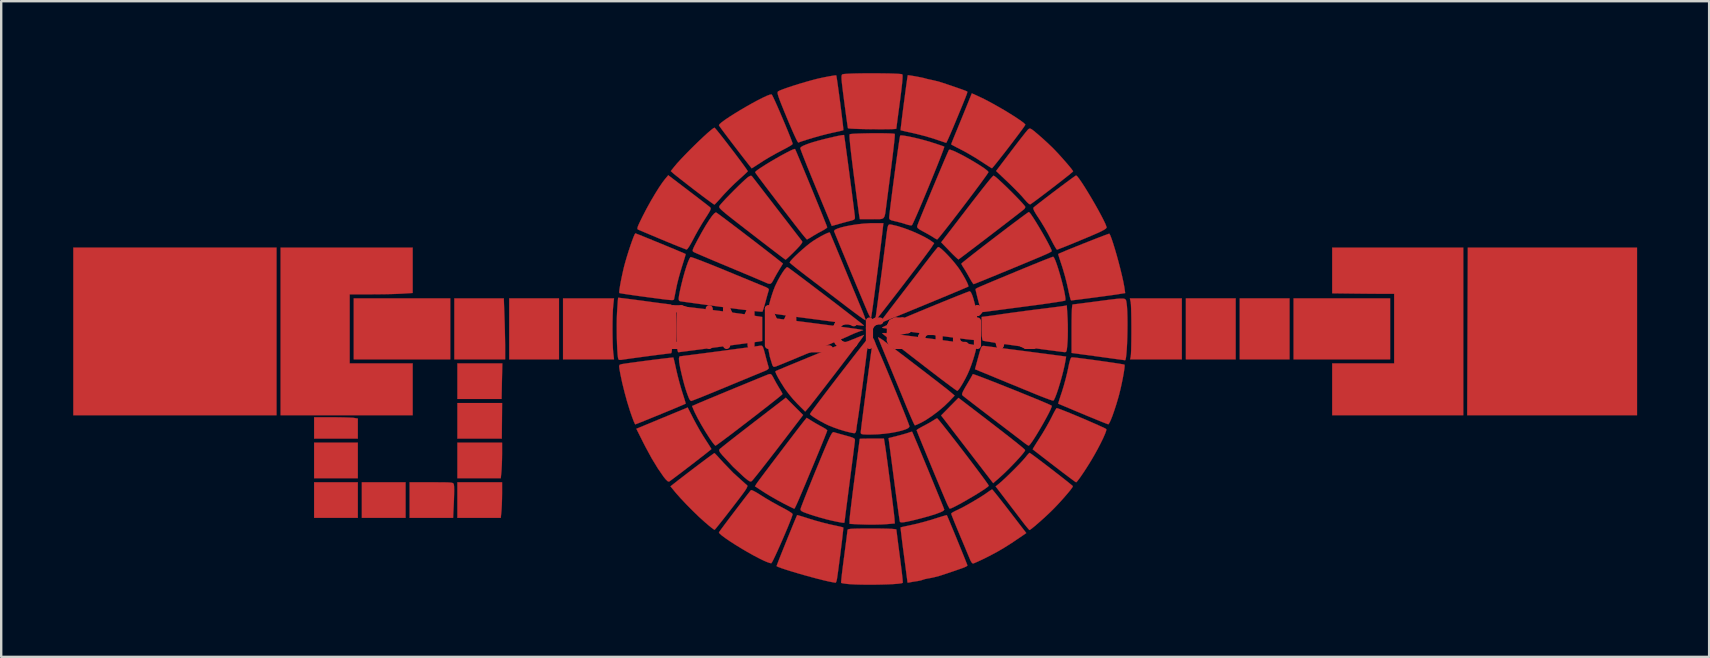
<source format=kicad_pcb>
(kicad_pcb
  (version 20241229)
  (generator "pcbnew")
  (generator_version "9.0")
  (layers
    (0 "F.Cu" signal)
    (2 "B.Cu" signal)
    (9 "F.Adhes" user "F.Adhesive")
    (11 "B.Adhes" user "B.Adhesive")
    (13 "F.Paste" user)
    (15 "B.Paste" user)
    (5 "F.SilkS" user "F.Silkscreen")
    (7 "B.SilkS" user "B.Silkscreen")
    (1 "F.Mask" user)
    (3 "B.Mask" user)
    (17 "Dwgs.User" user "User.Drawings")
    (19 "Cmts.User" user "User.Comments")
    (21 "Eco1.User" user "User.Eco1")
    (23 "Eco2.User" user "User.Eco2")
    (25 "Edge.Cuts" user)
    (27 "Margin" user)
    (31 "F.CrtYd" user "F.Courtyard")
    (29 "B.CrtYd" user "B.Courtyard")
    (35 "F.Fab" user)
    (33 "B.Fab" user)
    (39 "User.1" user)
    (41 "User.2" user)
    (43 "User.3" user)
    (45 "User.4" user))
  (footprint "DIMM_creative"
    (layer "F.Cu")
    (at 32.559 10.652)
    (property "Reference" "DIMM_creative" (at 0 0 0) (layer "F.Cu") (effects (font (size 1.524 1.524) (thickness 0.3))))
    (attr through_hole)
    (fp_poly (pts (xy -24.088 3.598) (xy -32.554 3.598) (xy -32.554 -3.387) (xy -24.088 -3.387) (xy -24.088 3.598)) (stroke (width 0.01) (type solid)) (fill yes) (layer "F.Cu"))
    (fp_poly (pts (xy -20.701 6.223) (xy -22.521 6.223) (xy -22.521 4.741) (xy -20.701 4.741) (xy -20.701 6.223)) (stroke (width 0.01) (type solid)) (fill yes) (layer "F.Cu"))
    (fp_poly (pts (xy -20.701 7.874) (xy -22.521 7.874) (xy -22.521 6.392) (xy -20.701 6.392) (xy -20.701 7.874)) (stroke (width 0.01) (type solid)) (fill yes) (layer "F.Cu"))
    (fp_poly (pts (xy -18.711 7.874) (xy -20.532 7.874) (xy -20.532 6.392) (xy -18.711 6.392) (xy -18.711 7.874)) (stroke (width 0.01) (type solid)) (fill yes) (layer "F.Cu"))
    (fp_poly (pts (xy -16.849 1.27) (xy -20.87 1.27) (xy -20.87 -1.27) (xy -16.849 -1.27) (xy -16.849 1.27)) (stroke (width 0.01) (type solid)) (fill yes) (layer "F.Cu"))
    (fp_poly (pts (xy -12.319 1.27) (xy -14.393 1.27) (xy -14.393 -1.27) (xy -12.319 -1.27) (xy -12.319 1.27)) (stroke (width 0.01) (type solid)) (fill yes) (layer "F.Cu"))
    (fp_poly (pts (xy 15.875 1.27) (xy 13.801 1.27) (xy 13.801 -1.27) (xy 15.875 -1.27) (xy 15.875 1.27)) (stroke (width 0.01) (type solid)) (fill yes) (layer "F.Cu"))
    (fp_poly (pts (xy 18.119 1.27) (xy 16.044 1.27) (xy 16.044 -1.27) (xy 18.119 -1.27) (xy 18.119 1.27)) (stroke (width 0.01) (type solid)) (fill yes) (layer "F.Cu"))
    (fp_poly (pts (xy 22.31 1.27) (xy 18.288 1.27) (xy 18.288 -1.27) (xy 22.31 -1.27) (xy 22.31 1.27)) (stroke (width 0.01) (type solid)) (fill yes) (layer "F.Cu"))
    (fp_poly (pts (xy -14.695 3.831) (xy -14.702 4.572) (xy -16.552 4.572) (xy -16.552 3.09) (xy -14.689 3.09) (xy -14.695 3.831)) (stroke (width 0.01) (type solid)) (fill yes) (layer "F.Cu"))
    (fp_poly (pts (xy -14.696 2.18) (xy -14.711 2.921) (xy -15.632 2.921) (xy -16.552 2.921) (xy -16.552 1.439) (xy -14.68 1.439) (xy -14.696 2.18)) (stroke (width 0.01) (type solid)) (fill yes) (layer "F.Cu"))
    (fp_poly (pts (xy 32.597 3.598) (xy 25.522 3.598) (xy 25.535 0.106) (xy 25.548 -3.387) (xy 29.072 -3.387) (xy 32.597 -3.387) (xy 32.597 3.598)) (stroke (width 0.01) (type solid)) (fill yes) (layer "F.Cu"))
    (fp_poly (pts (xy -14.69 5.196) (xy -14.693 5.423) (xy -14.7 5.654) (xy -14.711 5.855) (xy -14.717 5.937) (xy -14.744 6.223) (xy -16.552 6.223) (xy -16.552 4.741) (xy -14.69 4.741) (xy -14.69 5.196)) (stroke (width 0.01) (type solid)) (fill yes) (layer "F.Cu"))
    (fp_poly (pts (xy -14.69 6.847) (xy -14.693 7.074) (xy -14.7 7.305) (xy -14.711 7.506) (xy -14.717 7.588) (xy -14.744 7.874) (xy -16.552 7.874) (xy -16.552 6.392) (xy -14.69 6.392) (xy -14.69 6.847)) (stroke (width 0.01) (type solid)) (fill yes) (layer "F.Cu"))
    (fp_poly (pts (xy -21.77 3.683) (xy -21.514 3.685) (xy -21.276 3.689) (xy -21.075 3.696) (xy -20.927 3.703) (xy -20.86 3.71) (xy -20.701 3.736) (xy -20.701 4.572) (xy -22.521 4.572) (xy -22.521 3.683) (xy -21.77 3.683)) (stroke (width 0.01) (type solid)) (fill yes) (layer "F.Cu"))
    (fp_poly (pts (xy -14.591 -0.501) (xy -14.581 -0.208) (xy -14.573 0.101) (xy -14.567 0.396) (xy -14.563 0.651) (xy -14.563 0.769) (xy -14.563 1.27) (xy -16.679 1.27) (xy -16.679 -1.27) (xy -14.618 -1.27) (xy -14.591 -0.501)) (stroke (width 0.01) (type solid)) (fill yes) (layer "F.Cu"))
    (fp_poly (pts (xy -10.058 -0.984) (xy -10.072 -0.803) (xy -10.082 -0.559) (xy -10.088 -0.275) (xy -10.09 0.028) (xy -10.087 0.329) (xy -10.081 0.607) (xy -10.071 0.839) (xy -10.059 0.984) (xy -10.026 1.27) (xy -12.15 1.27) (xy -12.15 -1.27) (xy -10.026 -1.27) (xy -10.058 -0.984)) (stroke (width 0.01) (type solid)) (fill yes) (layer "F.Cu"))
    (fp_poly (pts (xy -18.415 -1.495) (xy -18.866 -1.467) (xy -19.056 -1.458) (xy -19.307 -1.45) (xy -19.597 -1.444) (xy -19.902 -1.441) (xy -20.178 -1.439) (xy -21.04 -1.439) (xy -21.04 1.439) (xy -18.415 1.439) (xy -18.415 3.598) (xy -23.918 3.598) (xy -23.918 -3.387) (xy -18.415 -3.387) (xy -18.415 -1.495)) (stroke (width 0.01) (type solid)) (fill yes) (layer "F.Cu"))
    (fp_poly (pts (xy 25.358 3.598) (xy 19.897 3.598) (xy 19.897 1.439) (xy 22.479 1.439) (xy 22.479 -0.011) (xy 22.479 -1.46) (xy 22.045 -1.46) (xy 21.861 -1.461) (xy 21.615 -1.463) (xy 21.33 -1.465) (xy 21.028 -1.468) (xy 20.754 -1.471) (xy 19.897 -1.482) (xy 19.897 -3.387) (xy 25.358 -3.387) (xy 25.358 3.598)) (stroke (width 0.01) (type solid)) (fill yes) (layer "F.Cu"))
    (fp_poly (pts (xy -17.336 6.393) (xy -17.11 6.394) (xy -16.948 6.398) (xy -16.837 6.405) (xy -16.768 6.416) (xy -16.729 6.433) (xy -16.709 6.457) (xy -16.699 6.483) (xy -16.69 6.556) (xy -16.687 6.696) (xy -16.689 6.886) (xy -16.695 7.109) (xy -16.7 7.224) (xy -16.731 7.874) (xy -18.542 7.874) (xy -18.542 6.392) (xy -17.635 6.392) (xy -17.336 6.393)) (stroke (width 0.01) (type solid)) (fill yes) (layer "F.Cu"))
    (fp_poly (pts (xy 13.631 1.27) (xy 11.478 1.27) (xy 11.503 1.154) (xy 11.512 1.066) (xy 11.52 0.91) (xy 11.525 0.699) (xy 11.529 0.449) (xy 11.531 0.176) (xy 11.531 -0.106) (xy 11.529 -0.381) (xy 11.525 -0.634) (xy 11.519 -0.849) (xy 11.512 -1.012) (xy 11.503 -1.107) (xy 11.502 -1.111) (xy 11.468 -1.27) (xy 13.631 -1.27) (xy 13.631 1.27)) (stroke (width 0.01) (type solid)) (fill yes) (layer "F.Cu"))
    (fp_poly (pts (xy 4.755 3.204) (xy 5.242 3.577) (xy 5.664 3.901) (xy 6.024 4.179) (xy 6.327 4.414) (xy 6.575 4.608) (xy 6.771 4.764) (xy 6.919 4.884) (xy 7.021 4.97) (xy 7.082 5.026) (xy 7.103 5.054) (xy 7.103 5.054) (xy 7.08 5.105) (xy 7.005 5.203) (xy 6.89 5.338) (xy 6.745 5.497) (xy 6.58 5.671) (xy 6.406 5.848) (xy 6.233 6.017) (xy 6.071 6.167) (xy 6.044 6.19) (xy 5.772 6.429) (xy 4.687 5.018) (xy 3.602 3.608) (xy 3.964 3.241) (xy 4.325 2.875) (xy 4.755 3.204)) (stroke (width 0.01) (type solid)) (fill yes) (layer "F.Cu"))
    (fp_poly (pts (xy -6.719 3.744) (xy -6.595 3.977) (xy -6.452 4.231) (xy -6.309 4.469) (xy -6.225 4.601) (xy -6.122 4.759) (xy -6.039 4.89) (xy -5.985 4.978) (xy -5.969 5.008) (xy -6.001 5.037) (xy -6.09 5.108) (xy -6.224 5.215) (xy -6.394 5.347) (xy -6.588 5.498) (xy -6.796 5.658) (xy -7.007 5.82) (xy -7.21 5.975) (xy -7.395 6.115) (xy -7.55 6.231) (xy -7.665 6.317) (xy -7.729 6.362) (xy -7.734 6.365) (xy -7.788 6.35) (xy -7.874 6.268) (xy -7.953 6.171) (xy -8.197 5.818) (xy -8.455 5.395) (xy -8.718 4.911) (xy -8.82 4.712) (xy -9.095 4.162) (xy -8.026 3.719) (xy -6.957 3.276) (xy -6.719 3.744)) (stroke (width 0.01) (type solid)) (fill yes) (layer "F.Cu"))
    (fp_poly (pts (xy -2.147 3.59) (xy -2.627 4.219) (xy -2.946 4.636) (xy -3.24 5.019) (xy -3.505 5.361) (xy -3.737 5.66) (xy -3.934 5.911) (xy -4.091 6.108) (xy -4.205 6.249) (xy -4.273 6.328) (xy -4.288 6.342) (xy -4.328 6.361) (xy -4.382 6.347) (xy -4.464 6.294) (xy -4.587 6.193) (xy -4.642 6.145) (xy -5.069 5.743) (xy -5.505 5.272) (xy -5.519 5.257) (xy -5.609 5.146) (xy -5.645 5.074) (xy -5.635 5.023) (xy -5.628 5.013) (xy -5.584 4.975) (xy -5.48 4.891) (xy -5.325 4.767) (xy -5.124 4.609) (xy -4.886 4.423) (xy -4.618 4.215) (xy -4.327 3.991) (xy -4.223 3.91) (xy -2.868 2.868) (xy -2.147 3.59)) (stroke (width 0.01) (type solid)) (fill yes) (layer "F.Cu"))
    (fp_poly (pts (xy 11.177 -1.262) (xy 11.247 -1.249) (xy 11.288 -1.222) (xy 11.31 -1.182) (xy 11.321 -1.126) (xy 11.33 -1.069) (xy 11.347 -0.917) (xy 11.358 -0.715) (xy 11.365 -0.475) (xy 11.367 -0.21) (xy 11.365 0.068) (xy 11.359 0.346) (xy 11.35 0.611) (xy 11.337 0.85) (xy 11.321 1.052) (xy 11.303 1.203) (xy 11.283 1.291) (xy 11.268 1.308) (xy 11.22 1.301) (xy 11.099 1.284) (xy 10.918 1.26) (xy 10.686 1.228) (xy 10.416 1.191) (xy 10.139 1.153) (xy 9.038 1.004) (xy 9.038 -0.006) (xy 9.04 -0.353) (xy 9.045 -0.632) (xy 9.053 -0.838) (xy 9.065 -0.967) (xy 9.079 -1.016) (xy 9.081 -1.016) (xy 9.133 -1.022) (xy 9.257 -1.037) (xy 9.44 -1.06) (xy 9.669 -1.09) (xy 9.933 -1.124) (xy 10.075 -1.143) (xy 10.427 -1.19) (xy 10.703 -1.225) (xy 10.914 -1.25) (xy 11.069 -1.262) (xy 11.177 -1.262)) (stroke (width 0.01) (type solid)) (fill yes) (layer "F.Cu"))
    (fp_poly (pts (xy 0.317 0.369) (xy 0.27 0.435) (xy 0.178 0.559) (xy 0.048 0.731) (xy -0.112 0.944) (xy -0.297 1.186) (xy -0.499 1.45) (xy -0.71 1.727) (xy -0.925 2.007) (xy -1.136 2.28) (xy -1.336 2.539) (xy -1.518 2.774) (xy -1.675 2.976) (xy -1.8 3.135) (xy -1.886 3.243) (xy -1.916 3.279) (xy -2.061 3.446) (xy -2.384 3.123) (xy -2.554 2.941) (xy -2.73 2.729) (xy -2.886 2.523) (xy -2.937 2.448) (xy -3.074 2.23) (xy -3.184 2.043) (xy -3.261 1.895) (xy -3.3 1.798) (xy -3.299 1.765) (xy -3.255 1.744) (xy -3.143 1.696) (xy -2.971 1.624) (xy -2.749 1.531) (xy -2.486 1.423) (xy -2.193 1.302) (xy -1.879 1.172) (xy -1.553 1.038) (xy -1.224 0.904) (xy -0.903 0.772) (xy -0.599 0.648) (xy -0.32 0.536) (xy -0.078 0.438) (xy 0.119 0.359) (xy 0.186 0.332) (xy 0.393 0.25) (xy 0.317 0.369)) (stroke (width 0.01) (type solid)) (fill yes) (layer "F.Cu"))
    (fp_poly (pts (xy 4.842 -1.526) (xy 4.897 -1.409) (xy 4.948 -1.258) (xy 5.033 -0.936) (xy 5.087 -0.632) (xy 5.115 -0.312) (xy 5.122 0.011) (xy 5.122 0.466) (xy 4.942 0.461) (xy 4.863 0.454) (xy 4.709 0.437) (xy 4.491 0.411) (xy 4.218 0.376) (xy 3.9 0.335) (xy 3.547 0.288) (xy 3.169 0.238) (xy 2.963 0.209) (xy 2.583 0.157) (xy 2.229 0.109) (xy 1.91 0.065) (xy 1.635 0.027) (xy 1.413 -0.004) (xy 1.252 -0.026) (xy 1.161 -0.039) (xy 1.143 -0.041) (xy 1.141 -0.049) (xy 1.169 -0.069) (xy 1.233 -0.102) (xy 1.339 -0.15) (xy 1.491 -0.218) (xy 1.697 -0.305) (xy 1.96 -0.416) (xy 2.286 -0.552) (xy 2.681 -0.717) (xy 3.034 -0.863) (xy 3.393 -1.011) (xy 3.729 -1.148) (xy 4.033 -1.271) (xy 4.298 -1.378) (xy 4.515 -1.463) (xy 4.676 -1.525) (xy 4.772 -1.56) (xy 4.796 -1.566) (xy 4.842 -1.526)) (stroke (width 0.01) (type solid)) (fill yes) (layer "F.Cu"))
    (fp_poly (pts (xy -7.32 -0.945) (xy -7.202 -0.935) (xy -7.022 -0.916) (xy -6.791 -0.89) (xy -6.52 -0.858) (xy -6.219 -0.822) (xy -5.901 -0.782) (xy -5.576 -0.741) (xy -5.255 -0.699) (xy -4.949 -0.658) (xy -4.67 -0.619) (xy -4.427 -0.584) (xy -4.329 -0.569) (xy -3.852 -0.496) (xy -3.852 0.504) (xy -3.99 0.528) (xy -4.053 0.538) (xy -4.186 0.556) (xy -4.379 0.582) (xy -4.621 0.615) (xy -4.901 0.652) (xy -5.207 0.693) (xy -5.529 0.736) (xy -5.856 0.779) (xy -6.177 0.822) (xy -6.48 0.862) (xy -6.755 0.898) (xy -6.99 0.928) (xy -7.175 0.952) (xy -7.299 0.968) (xy -7.35 0.974) (xy -7.35 0.974) (xy -7.369 0.938) (xy -7.384 0.878) (xy -7.402 0.747) (xy -7.415 0.562) (xy -7.423 0.34) (xy -7.427 0.096) (xy -7.426 -0.154) (xy -7.421 -0.394) (xy -7.412 -0.609) (xy -7.399 -0.783) (xy -7.382 -0.902) (xy -7.366 -0.945) (xy -7.32 -0.945)) (stroke (width 0.01) (type solid)) (fill yes) (layer "F.Cu"))
    (fp_poly (pts (xy -5.804 5.21) (xy -5.724 5.294) (xy -5.612 5.417) (xy -5.478 5.564) (xy -5.476 5.567) (xy -5.053 6.005) (xy -4.552 6.457) (xy -4.471 6.525) (xy -4.473 6.573) (xy -4.518 6.666) (xy -4.58 6.76) (xy -4.676 6.892) (xy -4.802 7.059) (xy -4.948 7.251) (xy -5.106 7.457) (xy -5.268 7.666) (xy -5.424 7.866) (xy -5.567 8.047) (xy -5.688 8.198) (xy -5.777 8.308) (xy -5.828 8.366) (xy -5.835 8.372) (xy -5.877 8.35) (xy -5.968 8.282) (xy -6.096 8.178) (xy -6.245 8.05) (xy -6.485 7.833) (xy -6.743 7.583) (xy -7.002 7.322) (xy -7.241 7.069) (xy -7.443 6.842) (xy -7.509 6.762) (xy -7.673 6.561) (xy -7.553 6.466) (xy -7.359 6.314) (xy -7.143 6.147) (xy -6.916 5.972) (xy -6.687 5.798) (xy -6.466 5.631) (xy -6.264 5.48) (xy -6.09 5.351) (xy -5.955 5.253) (xy -5.868 5.192) (xy -5.84 5.176) (xy -5.804 5.21)) (stroke (width 0.01) (type solid)) (fill yes) (layer "F.Cu"))
    (fp_poly (pts (xy -3.573 -0.466) (xy -3.509 -0.46) (xy -3.373 -0.445) (xy -3.174 -0.421) (xy -2.924 -0.39) (xy -2.632 -0.354) (xy -2.31 -0.313) (xy -1.968 -0.269) (xy -1.617 -0.224) (xy -1.267 -0.178) (xy -0.93 -0.134) (xy -0.616 -0.092) (xy -0.336 -0.055) (xy -0.1 -0.022) (xy 0.08 0.003) (xy 0.195 0.021) (xy 0.21 0.024) (xy 0.357 0.05) (xy 0.147 0.125) (xy -0.016 0.189) (xy -0.18 0.261) (xy -0.233 0.288) (xy -0.3 0.319) (xy -0.434 0.377) (xy -0.625 0.459) (xy -0.862 0.56) (xy -1.133 0.674) (xy -1.427 0.798) (xy -1.734 0.927) (xy -2.043 1.056) (xy -2.343 1.181) (xy -2.623 1.298) (xy -2.872 1.4) (xy -3.078 1.485) (xy -3.233 1.547) (xy -3.293 1.57) (xy -3.367 1.585) (xy -3.412 1.541) (xy -3.433 1.492) (xy -3.535 1.158) (xy -3.611 0.76) (xy -3.659 0.316) (xy -3.671 0.116) (xy -3.695 -0.466) (xy -3.573 -0.466)) (stroke (width 0.01) (type solid)) (fill yes) (layer "F.Cu"))
    (fp_poly (pts (xy 1.266 4.858) (xy 1.287 4.993) (xy 1.315 5.193) (xy 1.349 5.443) (xy 1.388 5.732) (xy 1.429 6.046) (xy 1.472 6.372) (xy 1.513 6.698) (xy 1.553 7.011) (xy 1.589 7.299) (xy 1.619 7.547) (xy 1.642 7.744) (xy 1.656 7.877) (xy 1.66 7.916) (xy 1.672 8.107) (xy 1.376 8.133) (xy 1.118 8.149) (xy 0.806 8.156) (xy 0.469 8.154) (xy 0.138 8.143) (xy 0.053 8.139) (xy -0.212 8.124) (xy -0.212 7.964) (xy -0.206 7.887) (xy -0.191 7.736) (xy -0.166 7.522) (xy -0.134 7.254) (xy -0.096 6.945) (xy -0.053 6.603) (xy -0.005 6.239) (xy -0.00007 6.199) (xy 0.047 5.84) (xy 0.091 5.509) (xy 0.129 5.215) (xy 0.162 4.966) (xy 0.187 4.772) (xy 0.204 4.641) (xy 0.211 4.584) (xy 0.212 4.583) (xy 0.251 4.578) (xy 0.359 4.575) (xy 0.519 4.573) (xy 0.714 4.572) (xy 1.22 4.572) (xy 1.266 4.858)) (stroke (width 0.01) (type solid)) (fill yes) (layer "F.Cu"))
    (fp_poly (pts (xy 5.403 0.712) (xy 5.47 0.72) (xy 5.609 0.738) (xy 5.809 0.763) (xy 6.057 0.795) (xy 6.343 0.832) (xy 6.653 0.872) (xy 6.978 0.914) (xy 7.304 0.956) (xy 7.62 0.998) (xy 7.914 1.036) (xy 8.175 1.07) (xy 8.391 1.099) (xy 8.55 1.12) (xy 8.621 1.129) (xy 8.811 1.155) (xy 8.782 1.329) (xy 8.743 1.535) (xy 8.689 1.768) (xy 8.625 2.015) (xy 8.555 2.262) (xy 8.484 2.494) (xy 8.416 2.697) (xy 8.354 2.857) (xy 8.305 2.96) (xy 8.276 2.991) (xy 8.225 2.981) (xy 8.109 2.942) (xy 7.943 2.881) (xy 7.74 2.802) (xy 7.578 2.737) (xy 7.337 2.638) (xy 7.042 2.517) (xy 6.714 2.382) (xy 6.376 2.244) (xy 6.053 2.11) (xy 5.967 2.075) (xy 5.013 1.682) (xy 5.147 1.19) (xy 5.204 0.983) (xy 5.246 0.845) (xy 5.28 0.762) (xy 5.313 0.721) (xy 5.352 0.709) (xy 5.403 0.712)) (stroke (width 0.01) (type solid)) (fill yes) (layer "F.Cu"))
    (fp_poly (pts (xy -0.44 -8.075) (xy -0.433 -8.032) (xy -0.416 -7.916) (xy -0.391 -7.738) (xy -0.36 -7.508) (xy -0.323 -7.238) (xy -0.283 -6.937) (xy -0.24 -6.617) (xy -0.197 -6.288) (xy -0.154 -5.961) (xy -0.113 -5.648) (xy -0.076 -5.358) (xy -0.043 -5.103) (xy -0.017 -4.893) (xy 0.002 -4.74) (xy 0.011 -4.657) (xy 0.007 -4.589) (xy -0.035 -4.546) (xy -0.136 -4.512) (xy -0.169 -4.504) (xy -0.311 -4.467) (xy -0.493 -4.418) (xy -0.656 -4.372) (xy -0.953 -4.288) (xy -1.609 -5.872) (xy -1.752 -6.219) (xy -1.884 -6.543) (xy -2.002 -6.835) (xy -2.102 -7.087) (xy -2.181 -7.291) (xy -2.236 -7.437) (xy -2.263 -7.517) (xy -2.265 -7.527) (xy -2.239 -7.572) (xy -2.155 -7.624) (xy -2.005 -7.687) (xy -1.871 -7.735) (xy -1.721 -7.783) (xy -1.531 -7.837) (xy -1.319 -7.893) (xy -1.098 -7.948) (xy -0.887 -7.997) (xy -0.7 -8.038) (xy -0.552 -8.066) (xy -0.462 -8.077) (xy -0.44 -8.075)) (stroke (width 0.01) (type solid)) (fill yes) (layer "F.Cu"))
    (fp_poly (pts (xy 1.005 0.362) (xy 1.08 0.404) (xy 1.09 0.41) (xy 1.154 0.455) (xy 1.276 0.545) (xy 1.447 0.673) (xy 1.658 0.832) (xy 1.899 1.015) (xy 2.163 1.215) (xy 2.438 1.426) (xy 2.717 1.639) (xy 2.991 1.85) (xy 3.25 2.049) (xy 3.486 2.231) (xy 3.689 2.389) (xy 3.85 2.515) (xy 3.96 2.604) (xy 3.999 2.636) (xy 4.166 2.781) (xy 3.935 3.025) (xy 3.724 3.228) (xy 3.472 3.439) (xy 3.205 3.639) (xy 2.949 3.808) (xy 2.79 3.897) (xy 2.658 3.961) (xy 2.557 4.005) (xy 2.509 4.021) (xy 2.485 3.983) (xy 2.434 3.878) (xy 2.361 3.715) (xy 2.271 3.507) (xy 2.168 3.264) (xy 2.101 3.1) (xy 1.963 2.762) (xy 1.805 2.379) (xy 1.641 1.982) (xy 1.484 1.602) (xy 1.349 1.277) (xy 1.243 1.019) (xy 1.148 0.789) (xy 1.069 0.596) (xy 1.011 0.453) (xy 0.979 0.371) (xy 0.974 0.355) (xy 1.005 0.362)) (stroke (width 0.01) (type solid)) (fill yes) (layer "F.Cu"))
    (fp_poly (pts (xy 1.175 -4.202) (xy 1.155 -4.024) (xy 1.128 -3.793) (xy 1.094 -3.517) (xy 1.055 -3.207) (xy 1.013 -2.873) (xy 0.968 -2.526) (xy 0.923 -2.175) (xy 0.877 -1.831) (xy 0.833 -1.503) (xy 0.793 -1.203) (xy 0.757 -0.94) (xy 0.726 -0.724) (xy 0.702 -0.566) (xy 0.687 -0.475) (xy 0.683 -0.458) (xy 0.655 -0.479) (xy 0.606 -0.562) (xy 0.545 -0.69) (xy 0.536 -0.712) (xy 0.461 -0.889) (xy 0.366 -1.115) (xy 0.255 -1.38) (xy 0.132 -1.673) (xy 0.002 -1.986) (xy -0.132 -2.308) (xy -0.266 -2.63) (xy -0.395 -2.943) (xy -0.517 -3.236) (xy -0.626 -3.5) (xy -0.718 -3.726) (xy -0.791 -3.903) (xy -0.839 -4.022) (xy -0.859 -4.074) (xy -0.859 -4.074) (xy -0.829 -4.122) (xy -0.727 -4.173) (xy -0.567 -4.225) (xy -0.363 -4.275) (xy -0.127 -4.32) (xy 0.128 -4.358) (xy 0.387 -4.386) (xy 0.638 -4.401) (xy 0.752 -4.403) (xy 1.196 -4.403) (xy 1.175 -4.202)) (stroke (width 0.01) (type solid)) (fill yes) (layer "F.Cu"))
    (fp_poly (pts (xy 2.394 4.285) (xy 2.413 4.327) (xy 2.46 4.436) (xy 2.531 4.605) (xy 2.622 4.821) (xy 2.728 5.075) (xy 2.845 5.358) (xy 2.97 5.659) (xy 3.098 5.968) (xy 3.224 6.275) (xy 3.345 6.57) (xy 3.457 6.843) (xy 3.556 7.084) (xy 3.637 7.283) (xy 3.695 7.429) (xy 3.728 7.514) (xy 3.734 7.53) (xy 3.701 7.576) (xy 3.59 7.635) (xy 3.403 7.706) (xy 3.145 7.788) (xy 2.821 7.879) (xy 2.688 7.913) (xy 2.405 7.984) (xy 2.194 8.031) (xy 2.045 8.057) (xy 1.949 8.063) (xy 1.897 8.049) (xy 1.883 8.03) (xy 1.873 7.979) (xy 1.855 7.852) (xy 1.827 7.66) (xy 1.793 7.411) (xy 1.752 7.115) (xy 1.707 6.781) (xy 1.659 6.417) (xy 1.639 6.265) (xy 1.413 4.551) (xy 1.775 4.46) (xy 1.956 4.413) (xy 2.119 4.366) (xy 2.237 4.33) (xy 2.26 4.321) (xy 2.349 4.291) (xy 2.394 4.285) (xy 2.394 4.285)) (stroke (width 0.01) (type solid)) (fill yes) (layer "F.Cu"))
    (fp_poly (pts (xy 5.834 -6.359) (xy 5.926 -6.285) (xy 6.054 -6.17) (xy 6.208 -6.026) (xy 6.377 -5.863) (xy 6.551 -5.691) (xy 6.718 -5.522) (xy 6.869 -5.365) (xy 6.992 -5.232) (xy 7.076 -5.134) (xy 7.112 -5.08) (xy 7.112 -5.077) (xy 7.082 -5.009) (xy 7.052 -4.979) (xy 6.923 -4.878) (xy 6.75 -4.743) (xy 6.54 -4.581) (xy 6.304 -4.399) (xy 6.049 -4.203) (xy 5.784 -4) (xy 5.517 -3.795) (xy 5.257 -3.597) (xy 5.013 -3.411) (xy 4.793 -3.244) (xy 4.606 -3.102) (xy 4.46 -2.992) (xy 4.364 -2.92) (xy 4.326 -2.893) (xy 4.326 -2.893) (xy 4.287 -2.92) (xy 4.203 -2.996) (xy 4.085 -3.11) (xy 3.951 -3.247) (xy 3.605 -3.606) (xy 4.309 -4.523) (xy 4.627 -4.937) (xy 4.897 -5.288) (xy 5.124 -5.58) (xy 5.311 -5.819) (xy 5.461 -6.009) (xy 5.578 -6.154) (xy 5.666 -6.26) (xy 5.729 -6.33) (xy 5.77 -6.37) (xy 5.791 -6.383) (xy 5.834 -6.359)) (stroke (width 0.01) (type solid)) (fill yes) (layer "F.Cu"))
    (fp_poly (pts (xy -6.921 -5.758) (xy -6.686 -5.579) (xy -6.471 -5.414) (xy -6.287 -5.272) (xy -6.143 -5.16) (xy -6.049 -5.086) (xy -6.017 -5.059) (xy -5.998 -5.024) (xy -6.007 -4.969) (xy -6.049 -4.88) (xy -6.131 -4.746) (xy -6.219 -4.61) (xy -6.352 -4.398) (xy -6.5 -4.148) (xy -6.64 -3.897) (xy -6.712 -3.759) (xy -6.807 -3.583) (xy -6.891 -3.439) (xy -6.958 -3.341) (xy -6.997 -3.305) (xy -6.997 -3.305) (xy -7.049 -3.321) (xy -7.168 -3.366) (xy -7.342 -3.435) (xy -7.56 -3.523) (xy -7.81 -3.626) (xy -8.001 -3.705) (xy -8.269 -3.818) (xy -8.514 -3.921) (xy -8.724 -4.009) (xy -8.887 -4.078) (xy -8.992 -4.123) (xy -9.024 -4.137) (xy -9.048 -4.158) (xy -9.051 -4.2) (xy -9.03 -4.274) (xy -8.979 -4.391) (xy -8.896 -4.564) (xy -8.822 -4.713) (xy -8.661 -5.022) (xy -8.489 -5.332) (xy -8.315 -5.627) (xy -8.15 -5.891) (xy -8.002 -6.108) (xy -7.899 -6.242) (xy -7.766 -6.401) (xy -6.921 -5.758)) (stroke (width 0.01) (type solid)) (fill yes) (layer "F.Cu"))
    (fp_poly (pts (xy 1.081 -8.15) (xy 1.299 -8.147) (xy 1.48 -8.142) (xy 1.608 -8.134) (xy 1.669 -8.124) (xy 1.67 -8.123) (xy 1.673 -8.078) (xy 1.665 -7.958) (xy 1.646 -7.763) (xy 1.615 -7.49) (xy 1.573 -7.139) (xy 1.52 -6.709) (xy 1.455 -6.198) (xy 1.378 -5.605) (xy 1.332 -5.249) (xy 1.3 -4.997) (xy 1.276 -4.816) (xy 1.247 -4.694) (xy 1.204 -4.62) (xy 1.137 -4.583) (xy 1.033 -4.57) (xy 0.885 -4.57) (xy 0.721 -4.572) (xy 0.216 -4.572) (xy 0.192 -4.71) (xy 0.181 -4.782) (xy 0.161 -4.928) (xy 0.133 -5.137) (xy 0.098 -5.401) (xy 0.057 -5.707) (xy 0.013 -6.047) (xy -0.035 -6.41) (xy -0.041 -6.456) (xy -0.101 -6.935) (xy -0.149 -7.333) (xy -0.184 -7.649) (xy -0.206 -7.883) (xy -0.214 -8.035) (xy -0.209 -8.104) (xy -0.207 -8.107) (xy -0.155 -8.119) (xy -0.034 -8.129) (xy 0.142 -8.137) (xy 0.357 -8.143) (xy 0.595 -8.148) (xy 0.842 -8.15) (xy 1.081 -8.15)) (stroke (width 0.01) (type solid)) (fill yes) (layer "F.Cu"))
    (fp_poly (pts (xy 5.759 6.721) (xy 5.834 6.812) (xy 5.947 6.952) (xy 6.091 7.135) (xy 6.259 7.349) (xy 6.443 7.588) (xy 6.451 7.598) (xy 7.151 8.508) (xy 6.888 8.688) (xy 6.531 8.928) (xy 6.215 9.128) (xy 5.914 9.303) (xy 5.606 9.466) (xy 5.484 9.528) (xy 5.293 9.621) (xy 5.127 9.698) (xy 5.002 9.753) (xy 4.933 9.778) (xy 4.928 9.779) (xy 4.881 9.743) (xy 4.828 9.655) (xy 4.812 9.62) (xy 4.777 9.535) (xy 4.714 9.385) (xy 4.631 9.185) (xy 4.532 8.949) (xy 4.423 8.692) (xy 4.384 8.599) (xy 4.279 8.346) (xy 4.185 8.119) (xy 4.109 7.93) (xy 4.054 7.79) (xy 4.025 7.711) (xy 4.022 7.699) (xy 4.057 7.663) (xy 4.15 7.609) (xy 4.255 7.558) (xy 4.429 7.474) (xy 4.649 7.356) (xy 4.891 7.219) (xy 5.131 7.076) (xy 5.347 6.941) (xy 5.509 6.831) (xy 5.619 6.754) (xy 5.7 6.702) (xy 5.728 6.689) (xy 5.759 6.721)) (stroke (width 0.01) (type solid)) (fill yes) (layer "F.Cu"))
    (fp_poly (pts (xy 1.42 0.188) (xy 1.667 0.216) (xy 1.829 0.236) (xy 2.073 0.268) (xy 2.38 0.307) (xy 2.731 0.353) (xy 3.105 0.401) (xy 3.481 0.45) (xy 3.804 0.492) (xy 4.217 0.547) (xy 4.546 0.594) (xy 4.794 0.635) (xy 4.962 0.668) (xy 5.052 0.695) (xy 5.068 0.707) (xy 5.067 0.779) (xy 5.041 0.913) (xy 4.994 1.09) (xy 4.933 1.291) (xy 4.862 1.5) (xy 4.787 1.698) (xy 4.716 1.863) (xy 4.618 2.061) (xy 4.517 2.246) (xy 4.422 2.404) (xy 4.343 2.52) (xy 4.288 2.578) (xy 4.276 2.582) (xy 4.234 2.558) (xy 4.136 2.489) (xy 3.99 2.382) (xy 3.807 2.246) (xy 3.597 2.088) (xy 3.482 2) (xy 3.213 1.794) (xy 2.929 1.576) (xy 2.641 1.353) (xy 2.355 1.133) (xy 2.081 0.92) (xy 1.827 0.723) (xy 1.601 0.547) (xy 1.412 0.399) (xy 1.268 0.285) (xy 1.177 0.213) (xy 1.152 0.191) (xy 1.164 0.176) (xy 1.253 0.175) (xy 1.42 0.188)) (stroke (width 0.01) (type solid)) (fill yes) (layer "F.Cu"))
    (fp_poly (pts (xy 1.521 -4.343) (xy 1.557 -4.336) (xy 1.795 -4.28) (xy 2.075 -4.19) (xy 2.373 -4.077) (xy 2.666 -3.949) (xy 2.932 -3.817) (xy 3.148 -3.69) (xy 3.212 -3.645) (xy 3.312 -3.57) (xy 3.206 -3.404) (xy 3.154 -3.328) (xy 3.059 -3.199) (xy 2.929 -3.024) (xy 2.77 -2.812) (xy 2.588 -2.571) (xy 2.389 -2.31) (xy 2.18 -2.036) (xy 1.968 -1.759) (xy 1.758 -1.486) (xy 1.556 -1.226) (xy 1.371 -0.986) (xy 1.207 -0.776) (xy 1.071 -0.603) (xy 0.969 -0.477) (xy 0.908 -0.404) (xy 0.894 -0.39) (xy 0.872 -0.415) (xy 0.874 -0.475) (xy 0.885 -0.549) (xy 0.905 -0.695) (xy 0.933 -0.901) (xy 0.967 -1.156) (xy 1.006 -1.447) (xy 1.048 -1.764) (xy 1.091 -2.093) (xy 1.135 -2.424) (xy 1.177 -2.744) (xy 1.215 -3.041) (xy 1.249 -3.304) (xy 1.277 -3.521) (xy 1.295 -3.662) (xy 1.327 -3.92) (xy 1.352 -4.106) (xy 1.374 -4.231) (xy 1.397 -4.306) (xy 1.427 -4.342) (xy 1.467 -4.35) (xy 1.521 -4.343)) (stroke (width 0.01) (type solid)) (fill yes) (layer "F.Cu"))
    (fp_poly (pts (xy 5.203 -9.667) (xy 5.401 -9.572) (xy 5.627 -9.454) (xy 5.87 -9.32) (xy 6.119 -9.178) (xy 6.363 -9.033) (xy 6.59 -8.892) (xy 6.789 -8.763) (xy 6.95 -8.652) (xy 7.061 -8.566) (xy 7.11 -8.512) (xy 7.112 -8.506) (xy 7.087 -8.463) (xy 7.019 -8.365) (xy 6.915 -8.223) (xy 6.784 -8.047) (xy 6.633 -7.848) (xy 6.472 -7.636) (xy 6.308 -7.422) (xy 6.149 -7.218) (xy 6.003 -7.033) (xy 5.88 -6.878) (xy 5.786 -6.763) (xy 5.731 -6.701) (xy 5.72 -6.692) (xy 5.676 -6.716) (xy 5.577 -6.777) (xy 5.436 -6.868) (xy 5.268 -6.978) (xy 5.25 -6.989) (xy 5.031 -7.129) (xy 4.788 -7.273) (xy 4.556 -7.404) (xy 4.414 -7.478) (xy 4.252 -7.56) (xy 4.122 -7.628) (xy 4.041 -7.675) (xy 4.022 -7.689) (xy 4.037 -7.733) (xy 4.078 -7.839) (xy 4.14 -7.992) (xy 4.216 -8.178) (xy 4.227 -8.203) (xy 4.326 -8.445) (xy 4.442 -8.729) (xy 4.56 -9.018) (xy 4.657 -9.256) (xy 4.882 -9.813) (xy 5.203 -9.667)) (stroke (width 0.01) (type solid)) (fill yes) (layer "F.Cu"))
    (fp_poly (pts (xy 7.367 -8.321) (xy 7.454 -8.257) (xy 7.585 -8.148) (xy 7.645 -8.097) (xy 7.828 -7.937) (xy 8.025 -7.757) (xy 8.203 -7.588) (xy 8.256 -7.536) (xy 8.387 -7.401) (xy 8.533 -7.244) (xy 8.682 -7.078) (xy 8.824 -6.916) (xy 8.948 -6.77) (xy 9.041 -6.654) (xy 9.094 -6.58) (xy 9.102 -6.563) (xy 9.07 -6.531) (xy 8.981 -6.456) (xy 8.845 -6.347) (xy 8.675 -6.212) (xy 8.479 -6.06) (xy 8.27 -5.898) (xy 8.057 -5.735) (xy 7.852 -5.579) (xy 7.665 -5.438) (xy 7.507 -5.321) (xy 7.389 -5.236) (xy 7.322 -5.191) (xy 7.312 -5.186) (xy 7.262 -5.208) (xy 7.179 -5.283) (xy 7.08 -5.394) (xy 7.071 -5.405) (xy 6.971 -5.52) (xy 6.827 -5.674) (xy 6.652 -5.851) (xy 6.466 -6.035) (xy 6.387 -6.11) (xy 5.893 -6.578) (xy 6.521 -7.407) (xy 6.699 -7.641) (xy 6.864 -7.856) (xy 7.008 -8.04) (xy 7.123 -8.185) (xy 7.201 -8.279) (xy 7.229 -8.31) (xy 7.269 -8.34) (xy 7.31 -8.346) (xy 7.367 -8.321)) (stroke (width 0.01) (type solid)) (fill yes) (layer "F.Cu"))
    (fp_poly (pts (xy -1.751 3.859) (xy -1.591 3.955) (xy -1.428 4.046) (xy -1.323 4.102) (xy -1.217 4.164) (xy -1.152 4.218) (xy -1.143 4.236) (xy -1.159 4.284) (xy -1.204 4.401) (xy -1.274 4.578) (xy -1.366 4.805) (xy -1.475 5.073) (xy -1.599 5.373) (xy -1.711 5.643) (xy -1.894 6.08) (xy -2.046 6.444) (xy -2.172 6.742) (xy -2.273 6.98) (xy -2.352 7.165) (xy -2.413 7.301) (xy -2.457 7.396) (xy -2.488 7.456) (xy -2.507 7.486) (xy -2.517 7.493) (xy -2.561 7.475) (xy -2.664 7.425) (xy -2.81 7.352) (xy -2.973 7.269) (xy -3.2 7.147) (xy -3.448 7.006) (xy -3.679 6.867) (xy -3.782 6.802) (xy -4.155 6.559) (xy -4.078 6.437) (xy -4.038 6.38) (xy -3.953 6.265) (xy -3.831 6.102) (xy -3.679 5.9) (xy -3.504 5.668) (xy -3.314 5.417) (xy -3.115 5.155) (xy -2.915 4.891) (xy -2.721 4.636) (xy -2.54 4.399) (xy -2.379 4.189) (xy -2.246 4.016) (xy -2.146 3.889) (xy -2.102 3.833) (xy -2 3.707) (xy -1.751 3.859)) (stroke (width 0.01) (type solid)) (fill yes) (layer "F.Cu"))
    (fp_poly (pts (xy -5.806 -8.35) (xy -5.73 -8.261) (xy -5.62 -8.125) (xy -5.485 -7.953) (xy -5.333 -7.757) (xy -5.171 -7.546) (xy -5.007 -7.332) (xy -4.851 -7.125) (xy -4.71 -6.935) (xy -4.592 -6.774) (xy -4.506 -6.652) (xy -4.459 -6.581) (xy -4.453 -6.566) (xy -4.488 -6.528) (xy -4.574 -6.446) (xy -4.696 -6.334) (xy -4.824 -6.219) (xy -5.017 -6.041) (xy -5.229 -5.831) (xy -5.425 -5.626) (xy -5.5 -5.544) (xy -5.628 -5.4) (xy -5.736 -5.282) (xy -5.811 -5.203) (xy -5.84 -5.176) (xy -5.879 -5.197) (xy -5.975 -5.264) (xy -6.119 -5.369) (xy -6.301 -5.504) (xy -6.512 -5.664) (xy -6.668 -5.782) (xy -6.899 -5.96) (xy -7.112 -6.126) (xy -7.297 -6.27) (xy -7.442 -6.385) (xy -7.537 -6.462) (xy -7.566 -6.487) (xy -7.66 -6.574) (xy -7.523 -6.746) (xy -7.408 -6.884) (xy -7.255 -7.052) (xy -7.076 -7.241) (xy -6.88 -7.441) (xy -6.677 -7.643) (xy -6.475 -7.839) (xy -6.285 -8.017) (xy -6.117 -8.17) (xy -5.979 -8.288) (xy -5.882 -8.362) (xy -5.839 -8.382) (xy -5.806 -8.35)) (stroke (width 0.01) (type solid)) (fill yes) (layer "F.Cu"))
    (fp_poly (pts (xy -5.772 -4.85) (xy -5.728 -4.821) (xy -5.625 -4.747) (xy -5.474 -4.634) (xy -5.282 -4.49) (xy -5.059 -4.321) (xy -4.812 -4.134) (xy -4.552 -3.935) (xy -4.287 -3.733) (xy -4.026 -3.532) (xy -3.777 -3.34) (xy -3.55 -3.164) (xy -3.353 -3.011) (xy -3.195 -2.887) (xy -3.113 -2.821) (xy -2.987 -2.72) (xy -3.139 -2.471) (xy -3.235 -2.31) (xy -3.327 -2.148) (xy -3.382 -2.043) (xy -3.451 -1.924) (xy -3.518 -1.875) (xy -3.609 -1.887) (xy -3.704 -1.928) (xy -3.772 -1.958) (xy -3.908 -2.016) (xy -4.103 -2.099) (xy -4.346 -2.202) (xy -4.629 -2.32) (xy -4.94 -2.451) (xy -5.228 -2.571) (xy -5.554 -2.707) (xy -5.858 -2.835) (xy -6.129 -2.95) (xy -6.359 -3.048) (xy -6.539 -3.126) (xy -6.658 -3.179) (xy -6.706 -3.202) (xy -6.737 -3.226) (xy -6.749 -3.261) (xy -6.736 -3.319) (xy -6.694 -3.415) (xy -6.619 -3.563) (xy -6.542 -3.71) (xy -6.366 -4.03) (xy -6.205 -4.307) (xy -6.061 -4.534) (xy -5.94 -4.705) (xy -5.845 -4.813) (xy -5.782 -4.852) (xy -5.772 -4.85)) (stroke (width 0.01) (type solid)) (fill yes) (layer "F.Cu"))
    (fp_poly (pts (xy 7.328 5.191) (xy 7.424 5.259) (xy 7.565 5.363) (xy 7.74 5.495) (xy 7.939 5.646) (xy 8.151 5.808) (xy 8.364 5.973) (xy 8.569 6.132) (xy 8.754 6.277) (xy 8.909 6.4) (xy 9.022 6.492) (xy 9.084 6.546) (xy 9.092 6.555) (xy 9.071 6.602) (xy 9.001 6.699) (xy 8.891 6.834) (xy 8.752 6.996) (xy 8.594 7.174) (xy 8.425 7.357) (xy 8.272 7.515) (xy 8.14 7.645) (xy 7.985 7.791) (xy 7.819 7.942) (xy 7.656 8.087) (xy 7.508 8.214) (xy 7.388 8.312) (xy 7.309 8.371) (xy 7.285 8.382) (xy 7.251 8.35) (xy 7.178 8.265) (xy 7.078 8.142) (xy 7.01 8.054) (xy 6.896 7.904) (xy 6.746 7.707) (xy 6.576 7.485) (xy 6.403 7.257) (xy 6.317 7.145) (xy 5.874 6.565) (xy 6.017 6.449) (xy 6.143 6.339) (xy 6.306 6.188) (xy 6.488 6.012) (xy 6.674 5.827) (xy 6.849 5.649) (xy 6.996 5.493) (xy 7.099 5.375) (xy 7.112 5.358) (xy 7.197 5.255) (xy 7.262 5.185) (xy 7.287 5.166) (xy 7.328 5.191)) (stroke (width 0.01) (type solid)) (fill yes) (layer "F.Cu"))
    (fp_poly (pts (xy 8.87 -0.446) (xy 8.88 -0.185) (xy 8.882 0.1) (xy 8.878 0.369) (xy 8.87 0.529) (xy 8.855 0.727) (xy 8.841 0.855) (xy 8.824 0.929) (xy 8.799 0.962) (xy 8.762 0.97) (xy 8.748 0.969) (xy 8.687 0.963) (xy 8.552 0.946) (xy 8.352 0.92) (xy 8.097 0.887) (xy 7.797 0.847) (xy 7.462 0.802) (xy 7.1 0.753) (xy 7.023 0.743) (xy 6.66 0.693) (xy 6.322 0.645) (xy 6.019 0.602) (xy 5.761 0.563) (xy 5.556 0.531) (xy 5.414 0.507) (xy 5.345 0.493) (xy 5.34 0.491) (xy 5.316 0.431) (xy 5.299 0.29) (xy 5.292 0.068) (xy 5.292 -0.018) (xy 5.292 -0.497) (xy 5.472 -0.52) (xy 5.58 -0.534) (xy 5.751 -0.558) (xy 5.962 -0.588) (xy 6.193 -0.622) (xy 6.244 -0.629) (xy 6.483 -0.663) (xy 6.779 -0.703) (xy 7.106 -0.747) (xy 7.437 -0.79) (xy 7.705 -0.823) (xy 7.975 -0.857) (xy 8.225 -0.889) (xy 8.438 -0.916) (xy 8.6 -0.938) (xy 8.696 -0.952) (xy 8.706 -0.953) (xy 8.839 -0.976) (xy 8.87 -0.446)) (stroke (width 0.01) (type solid)) (fill yes) (layer "F.Cu"))
    (fp_poly (pts (xy 10.65 -3.896) (xy 10.704 -3.758) (xy 10.769 -3.564) (xy 10.842 -3.328) (xy 10.919 -3.063) (xy 10.996 -2.782) (xy 11.069 -2.499) (xy 11.135 -2.228) (xy 11.19 -1.982) (xy 11.23 -1.774) (xy 11.245 -1.682) (xy 11.271 -1.491) (xy 10.98 -1.444) (xy 10.87 -1.427) (xy 10.702 -1.403) (xy 10.491 -1.374) (xy 10.251 -1.342) (xy 9.997 -1.308) (xy 9.745 -1.275) (xy 9.508 -1.244) (xy 9.302 -1.218) (xy 9.142 -1.199) (xy 9.042 -1.187) (xy 9.017 -1.185) (xy 8.998 -1.224) (xy 8.968 -1.33) (xy 8.931 -1.486) (xy 8.894 -1.662) (xy 8.837 -1.912) (xy 8.763 -2.199) (xy 8.682 -2.479) (xy 8.636 -2.624) (xy 8.574 -2.812) (xy 8.524 -2.967) (xy 8.491 -3.074) (xy 8.48 -3.117) (xy 8.481 -3.118) (xy 8.529 -3.142) (xy 8.642 -3.191) (xy 8.807 -3.261) (xy 9.012 -3.345) (xy 9.245 -3.439) (xy 9.492 -3.538) (xy 9.743 -3.637) (xy 9.983 -3.732) (xy 10.202 -3.817) (xy 10.385 -3.887) (xy 10.522 -3.937) (xy 10.599 -3.963) (xy 10.612 -3.965) (xy 10.65 -3.896)) (stroke (width 0.01) (type solid)) (fill yes) (layer "F.Cu"))
    (fp_poly (pts (xy -7.554 1.195) (xy -7.54 1.24) (xy -7.513 1.351) (xy -7.476 1.511) (xy -7.436 1.695) (xy -7.375 1.954) (xy -7.299 2.244) (xy -7.22 2.521) (xy -7.182 2.644) (xy -7.123 2.827) (xy -7.076 2.978) (xy -7.047 3.08) (xy -7.04 3.116) (xy -7.082 3.136) (xy -7.19 3.183) (xy -7.352 3.251) (xy -7.554 3.336) (xy -7.784 3.431) (xy -8.03 3.532) (xy -8.279 3.634) (xy -8.519 3.732) (xy -8.736 3.82) (xy -8.919 3.894) (xy -9.054 3.947) (xy -9.13 3.976) (xy -9.141 3.979) (xy -9.165 3.941) (xy -9.21 3.837) (xy -9.269 3.68) (xy -9.337 3.486) (xy -9.367 3.397) (xy -9.479 3.036) (xy -9.586 2.644) (xy -9.683 2.252) (xy -9.76 1.888) (xy -9.8 1.667) (xy -9.813 1.556) (xy -9.797 1.502) (xy -9.736 1.477) (xy -9.687 1.467) (xy -9.57 1.448) (xy -9.397 1.423) (xy -9.182 1.394) (xy -8.938 1.361) (xy -8.679 1.327) (xy -8.417 1.293) (xy -8.168 1.262) (xy -7.944 1.235) (xy -7.758 1.213) (xy -7.626 1.199) (xy -7.559 1.194) (xy -7.554 1.195)) (stroke (width 0.01) (type solid)) (fill yes) (layer "F.Cu"))
    (fp_poly (pts (xy -3.459 1.914) (xy -3.402 2.004) (xy -3.368 2.07) (xy -3.277 2.239) (xy -3.173 2.418) (xy -3.133 2.483) (xy -3.063 2.599) (xy -3.017 2.685) (xy -3.006 2.716) (xy -3.038 2.748) (xy -3.129 2.825) (xy -3.271 2.939) (xy -3.455 3.085) (xy -3.671 3.255) (xy -3.913 3.443) (xy -4.17 3.643) (xy -4.436 3.847) (xy -4.7 4.05) (xy -4.954 4.244) (xy -5.19 4.424) (xy -5.4 4.581) (xy -5.574 4.711) (xy -5.704 4.806) (xy -5.782 4.859) (xy -5.8 4.868) (xy -5.837 4.835) (xy -5.909 4.746) (xy -6.002 4.616) (xy -6.067 4.519) (xy -6.229 4.264) (xy -6.389 3.994) (xy -6.534 3.733) (xy -6.651 3.502) (xy -6.709 3.375) (xy -6.775 3.215) (xy -6.573 3.127) (xy -6.451 3.075) (xy -6.272 3) (xy -6.047 2.905) (xy -5.785 2.797) (xy -5.499 2.678) (xy -5.198 2.553) (xy -4.894 2.428) (xy -4.597 2.306) (xy -4.318 2.191) (xy -4.068 2.088) (xy -3.857 2.002) (xy -3.696 1.937) (xy -3.595 1.897) (xy -3.568 1.888) (xy -3.509 1.881) (xy -3.459 1.914)) (stroke (width 0.01) (type solid)) (fill yes) (layer "F.Cu"))
    (fp_poly (pts (xy -1.038 -4.015) (xy -1.019 -3.974) (xy -0.972 -3.863) (xy -0.901 -3.693) (xy -0.808 -3.472) (xy -0.699 -3.208) (xy -0.576 -2.912) (xy -0.475 -2.667) (xy -0.334 -2.325) (xy -0.194 -1.986) (xy -0.06 -1.662) (xy 0.062 -1.369) (xy 0.165 -1.119) (xy 0.246 -0.926) (xy 0.275 -0.855) (xy 0.351 -0.67) (xy 0.41 -0.515) (xy 0.447 -0.406) (xy 0.456 -0.357) (xy 0.455 -0.357) (xy 0.418 -0.376) (xy 0.322 -0.44) (xy 0.178 -0.543) (xy -0.005 -0.677) (xy -0.218 -0.837) (xy -0.41 -0.983) (xy -0.698 -1.204) (xy -1.017 -1.447) (xy -1.342 -1.695) (xy -1.652 -1.931) (xy -1.922 -2.137) (xy -1.98 -2.18) (xy -2.193 -2.344) (xy -2.382 -2.491) (xy -2.536 -2.615) (xy -2.646 -2.706) (xy -2.702 -2.758) (xy -2.707 -2.766) (xy -2.678 -2.818) (xy -2.596 -2.912) (xy -2.474 -3.035) (xy -2.326 -3.175) (xy -2.163 -3.32) (xy -2 -3.459) (xy -1.849 -3.578) (xy -1.738 -3.657) (xy -1.567 -3.765) (xy -1.396 -3.863) (xy -1.242 -3.943) (xy -1.121 -3.997) (xy -1.049 -4.018) (xy -1.038 -4.015)) (stroke (width 0.01) (type solid)) (fill yes) (layer "F.Cu"))
    (fp_poly (pts (xy 0.795 0.423) (xy 0.83 0.506) (xy 0.843 0.541) (xy 0.892 0.67) (xy 0.961 0.831) (xy 1.006 0.931) (xy 1.065 1.063) (xy 1.146 1.25) (xy 1.244 1.482) (xy 1.356 1.749) (xy 1.477 2.041) (xy 1.603 2.346) (xy 1.73 2.656) (xy 1.853 2.959) (xy 1.969 3.246) (xy 2.073 3.506) (xy 2.161 3.728) (xy 2.228 3.903) (xy 2.271 4.02) (xy 2.286 4.068) (xy 2.246 4.125) (xy 2.134 4.183) (xy 1.963 4.239) (xy 1.747 4.291) (xy 1.497 4.336) (xy 1.228 4.371) (xy 0.951 4.394) (xy 0.688 4.402) (xy 0.493 4.402) (xy 0.367 4.397) (xy 0.296 4.385) (xy 0.263 4.363) (xy 0.255 4.326) (xy 0.254 4.307) (xy 0.26 4.246) (xy 0.275 4.113) (xy 0.299 3.919) (xy 0.33 3.673) (xy 0.367 3.386) (xy 0.408 3.068) (xy 0.453 2.729) (xy 0.499 2.379) (xy 0.546 2.029) (xy 0.591 1.687) (xy 0.635 1.366) (xy 0.675 1.074) (xy 0.71 0.821) (xy 0.739 0.619) (xy 0.76 0.476) (xy 0.772 0.404) (xy 0.774 0.397) (xy 0.795 0.423)) (stroke (width 0.01) (type solid)) (fill yes) (layer "F.Cu"))
    (fp_poly (pts (xy 0.929 -10.647) (xy 1.205 -10.644) (xy 1.458 -10.64) (xy 1.676 -10.633) (xy 1.846 -10.624) (xy 1.954 -10.613) (xy 1.986 -10.603) (xy 1.997 -10.55) (xy 1.993 -10.424) (xy 1.976 -10.221) (xy 1.944 -9.939) (xy 1.899 -9.577) (xy 1.883 -9.46) (xy 1.844 -9.165) (xy 1.808 -8.898) (xy 1.778 -8.671) (xy 1.755 -8.495) (xy 1.741 -8.38) (xy 1.736 -8.34) (xy 1.696 -8.33) (xy 1.585 -8.323) (xy 1.418 -8.319) (xy 1.209 -8.317) (xy 0.973 -8.317) (xy 0.722 -8.318) (xy 0.471 -8.322) (xy 0.236 -8.327) (xy 0.028 -8.334) (xy -0.136 -8.342) (xy -0.243 -8.351) (xy -0.28 -8.361) (xy -0.289 -8.413) (xy -0.307 -8.537) (xy -0.334 -8.722) (xy -0.366 -8.956) (xy -0.402 -9.227) (xy -0.436 -9.483) (xy -0.479 -9.814) (xy -0.511 -10.071) (xy -0.533 -10.264) (xy -0.545 -10.403) (xy -0.547 -10.496) (xy -0.542 -10.555) (xy -0.528 -10.589) (xy -0.511 -10.604) (xy -0.45 -10.617) (xy -0.319 -10.627) (xy -0.131 -10.636) (xy 0.101 -10.642) (xy 0.364 -10.646) (xy 0.644 -10.647) (xy 0.929 -10.647)) (stroke (width 0.01) (type solid)) (fill yes) (layer "F.Cu"))
    (fp_poly (pts (xy 9.272 -6.357) (xy 9.351 -6.258) (xy 9.456 -6.106) (xy 9.581 -5.914) (xy 9.718 -5.692) (xy 9.863 -5.451) (xy 10.007 -5.204) (xy 10.144 -4.961) (xy 10.267 -4.733) (xy 10.371 -4.532) (xy 10.448 -4.37) (xy 10.491 -4.256) (xy 10.499 -4.218) (xy 10.461 -4.174) (xy 10.358 -4.109) (xy 10.204 -4.031) (xy 10.107 -3.987) (xy 9.887 -3.892) (xy 9.646 -3.79) (xy 9.396 -3.686) (xy 9.15 -3.584) (xy 8.921 -3.49) (xy 8.721 -3.41) (xy 8.564 -3.349) (xy 8.462 -3.311) (xy 8.429 -3.302) (xy 8.397 -3.338) (xy 8.338 -3.435) (xy 8.259 -3.577) (xy 8.177 -3.736) (xy 8.057 -3.965) (xy 7.91 -4.223) (xy 7.76 -4.471) (xy 7.683 -4.59) (xy 7.562 -4.775) (xy 7.486 -4.904) (xy 7.449 -4.988) (xy 7.446 -5.039) (xy 7.459 -5.059) (xy 7.528 -5.117) (xy 7.648 -5.212) (xy 7.808 -5.336) (xy 7.996 -5.481) (xy 8.202 -5.638) (xy 8.415 -5.799) (xy 8.624 -5.956) (xy 8.818 -6.101) (xy 8.987 -6.225) (xy 9.118 -6.32) (xy 9.201 -6.378) (xy 9.226 -6.392) (xy 9.272 -6.357)) (stroke (width 0.01) (type solid)) (fill yes) (layer "F.Cu"))
    (fp_poly (pts (xy -4.272 6.725) (xy -4.172 6.773) (xy -4.034 6.852) (xy -3.904 6.934) (xy -3.701 7.061) (xy -3.457 7.205) (xy -3.208 7.343) (xy -3.052 7.426) (xy -2.873 7.521) (xy -2.726 7.607) (xy -2.625 7.675) (xy -2.584 7.715) (xy -2.584 7.717) (xy -2.601 7.784) (xy -2.646 7.911) (xy -2.715 8.087) (xy -2.801 8.299) (xy -2.9 8.533) (xy -3.005 8.778) (xy -3.112 9.021) (xy -3.214 9.25) (xy -3.307 9.451) (xy -3.384 9.612) (xy -3.441 9.721) (xy -3.472 9.765) (xy -3.474 9.766) (xy -3.542 9.753) (xy -3.659 9.712) (xy -3.79 9.655) (xy -4.004 9.55) (xy -4.241 9.425) (xy -4.489 9.285) (xy -4.738 9.138) (xy -4.977 8.991) (xy -5.196 8.85) (xy -5.383 8.722) (xy -5.53 8.613) (xy -5.624 8.531) (xy -5.655 8.482) (xy -5.654 8.479) (xy -5.625 8.436) (xy -5.553 8.337) (xy -5.447 8.194) (xy -5.314 8.016) (xy -5.163 7.816) (xy -5.002 7.604) (xy -4.841 7.392) (xy -4.686 7.19) (xy -4.548 7.01) (xy -4.434 6.863) (xy -4.352 6.759) (xy -4.317 6.718) (xy -4.272 6.725)) (stroke (width 0.01) (type solid)) (fill yes) (layer "F.Cu"))
    (fp_poly (pts (xy -3.459 -9.767) (xy -3.432 -9.725) (xy -3.378 -9.618) (xy -3.304 -9.457) (xy -3.214 -9.256) (xy -3.114 -9.027) (xy -3.01 -8.782) (xy -2.906 -8.536) (xy -2.808 -8.299) (xy -2.721 -8.085) (xy -2.651 -7.907) (xy -2.603 -7.777) (xy -2.583 -7.708) (xy -2.582 -7.704) (xy -2.618 -7.67) (xy -2.715 -7.608) (xy -2.859 -7.527) (xy -3.035 -7.436) (xy -3.037 -7.434) (xy -3.27 -7.311) (xy -3.526 -7.167) (xy -3.765 -7.024) (xy -3.885 -6.947) (xy -4.044 -6.844) (xy -4.173 -6.76) (xy -4.26 -6.705) (xy -4.289 -6.689) (xy -4.316 -6.721) (xy -4.388 -6.811) (xy -4.498 -6.952) (xy -4.639 -7.132) (xy -4.803 -7.345) (xy -4.967 -7.559) (xy -5.148 -7.796) (xy -5.312 -8.012) (xy -5.452 -8.199) (xy -5.561 -8.346) (xy -5.631 -8.444) (xy -5.655 -8.482) (xy -5.63 -8.528) (xy -5.541 -8.607) (xy -5.398 -8.712) (xy -5.213 -8.836) (xy -4.997 -8.973) (xy -4.761 -9.117) (xy -4.515 -9.261) (xy -4.271 -9.399) (xy -4.04 -9.524) (xy -3.832 -9.629) (xy -3.659 -9.71) (xy -3.531 -9.758) (xy -3.46 -9.768) (xy -3.459 -9.767)) (stroke (width 0.01) (type solid)) (fill yes) (layer "F.Cu"))
    (fp_poly (pts (xy -2.764 -2.546) (xy -2.664 -2.474) (xy -2.514 -2.363) (xy -2.321 -2.219) (xy -2.094 -2.048) (xy -1.841 -1.857) (xy -1.57 -1.651) (xy -1.288 -1.437) (xy -1.004 -1.221) (xy -0.726 -1.008) (xy -0.463 -0.805) (xy -0.221 -0.619) (xy -0.009 -0.455) (xy 0.165 -0.319) (xy 0.293 -0.218) (xy 0.366 -0.157) (xy 0.381 -0.143) (xy 0.378 -0.135) (xy 0.361 -0.132) (xy 0.318 -0.134) (xy 0.236 -0.144) (xy 0.102 -0.162) (xy -0.095 -0.19) (xy -0.254 -0.212) (xy -0.43 -0.236) (xy -0.674 -0.27) (xy -0.971 -0.309) (xy -1.307 -0.354) (xy -1.665 -0.401) (xy -2.03 -0.448) (xy -2.18 -0.468) (xy -2.515 -0.512) (xy -2.823 -0.553) (xy -3.094 -0.592) (xy -3.318 -0.624) (xy -3.485 -0.651) (xy -3.585 -0.669) (xy -3.61 -0.676) (xy -3.616 -0.731) (xy -3.599 -0.847) (xy -3.563 -1.009) (xy -3.513 -1.199) (xy -3.453 -1.398) (xy -3.388 -1.591) (xy -3.323 -1.759) (xy -3.305 -1.799) (xy -3.206 -2.003) (xy -3.101 -2.194) (xy -2.998 -2.36) (xy -2.907 -2.487) (xy -2.837 -2.56) (xy -2.805 -2.572) (xy -2.764 -2.546)) (stroke (width 0.01) (type solid)) (fill yes) (layer "F.Cu"))
    (fp_poly (pts (xy -2.484 -7.493) (xy -2.463 -7.449) (xy -2.414 -7.337) (xy -2.342 -7.167) (xy -2.25 -6.948) (xy -2.143 -6.692) (xy -2.025 -6.407) (xy -1.9 -6.104) (xy -1.772 -5.794) (xy -1.646 -5.485) (xy -1.525 -5.189) (xy -1.414 -4.916) (xy -1.316 -4.674) (xy -1.237 -4.475) (xy -1.179 -4.329) (xy -1.148 -4.245) (xy -1.143 -4.23) (xy -1.178 -4.192) (xy -1.267 -4.133) (xy -1.353 -4.086) (xy -1.521 -3.996) (xy -1.698 -3.893) (xy -1.763 -3.852) (xy -1.877 -3.783) (xy -1.96 -3.737) (xy -1.988 -3.725) (xy -2.021 -3.757) (xy -2.096 -3.846) (xy -2.207 -3.982) (xy -2.344 -4.155) (xy -2.5 -4.355) (xy -2.528 -4.392) (xy -2.886 -4.856) (xy -3.203 -5.267) (xy -3.476 -5.624) (xy -3.705 -5.924) (xy -3.888 -6.167) (xy -4.024 -6.349) (xy -4.11 -6.469) (xy -4.146 -6.524) (xy -4.147 -6.527) (xy -4.113 -6.569) (xy -4.018 -6.641) (xy -3.874 -6.738) (xy -3.694 -6.852) (xy -3.491 -6.975) (xy -3.278 -7.1) (xy -3.066 -7.22) (xy -2.87 -7.326) (xy -2.701 -7.413) (xy -2.573 -7.472) (xy -2.497 -7.495) (xy -2.484 -7.493)) (stroke (width 0.01) (type solid)) (fill yes) (layer "F.Cu"))
    (fp_poly (pts (xy 1.068 8.32) (xy 1.347 8.325) (xy 1.555 8.334) (xy 1.686 8.345) (xy 1.737 8.359) (xy 1.737 8.361) (xy 1.743 8.413) (xy 1.759 8.537) (xy 1.782 8.722) (xy 1.812 8.955) (xy 1.848 9.226) (xy 1.882 9.483) (xy 1.919 9.775) (xy 1.952 10.039) (xy 1.978 10.263) (xy 1.996 10.435) (xy 2.005 10.546) (xy 2.005 10.582) (xy 1.944 10.601) (xy 1.813 10.619) (xy 1.623 10.633) (xy 1.39 10.645) (xy 1.125 10.653) (xy 0.842 10.658) (xy 0.555 10.659) (xy 0.278 10.656) (xy 0.023 10.649) (xy -0.196 10.637) (xy -0.282 10.63) (xy -0.422 10.613) (xy -0.524 10.596) (xy -0.563 10.583) (xy -0.563 10.537) (xy -0.552 10.419) (xy -0.533 10.24) (xy -0.506 10.011) (xy -0.472 9.744) (xy -0.44 9.504) (xy -0.402 9.212) (xy -0.367 8.945) (xy -0.337 8.717) (xy -0.315 8.538) (xy -0.301 8.422) (xy -0.297 8.382) (xy -0.287 8.362) (xy -0.251 8.346) (xy -0.18 8.335) (xy -0.064 8.327) (xy 0.106 8.322) (xy 0.34 8.319) (xy 0.647 8.319) (xy 0.72 8.319) (xy 1.068 8.32)) (stroke (width 0.01) (type solid)) (fill yes) (layer "F.Cu"))
    (fp_poly (pts (xy 3.527 -3.396) (xy 3.619 -3.326) (xy 3.74 -3.214) (xy 3.88 -3.071) (xy 4.028 -2.91) (xy 4.171 -2.742) (xy 4.299 -2.578) (xy 4.388 -2.452) (xy 4.503 -2.267) (xy 4.603 -2.091) (xy 4.681 -1.939) (xy 4.729 -1.826) (xy 4.74 -1.766) (xy 4.737 -1.762) (xy 4.695 -1.742) (xy 4.584 -1.695) (xy 4.414 -1.623) (xy 4.195 -1.531) (xy 3.935 -1.422) (xy 3.644 -1.301) (xy 3.332 -1.172) (xy 3.009 -1.038) (xy 2.684 -0.904) (xy 2.366 -0.773) (xy 2.065 -0.649) (xy 1.791 -0.536) (xy 1.553 -0.439) (xy 1.361 -0.361) (xy 1.224 -0.306) (xy 1.152 -0.278) (xy 1.147 -0.276) (xy 1.079 -0.262) (xy 1.076 -0.29) (xy 1.082 -0.302) (xy 1.117 -0.351) (xy 1.196 -0.457) (xy 1.311 -0.609) (xy 1.455 -0.799) (xy 1.621 -1.015) (xy 1.735 -1.164) (xy 1.953 -1.448) (xy 2.194 -1.762) (xy 2.44 -2.083) (xy 2.673 -2.388) (xy 2.874 -2.652) (xy 2.893 -2.676) (xy 3.056 -2.888) (xy 3.203 -3.078) (xy 3.327 -3.235) (xy 3.419 -3.347) (xy 3.47 -3.406) (xy 3.477 -3.411) (xy 3.527 -3.396)) (stroke (width 0.01) (type solid)) (fill yes) (layer "F.Cu"))
    (fp_poly (pts (xy 8.475 3.317) (xy 8.594 3.36) (xy 8.765 3.427) (xy 8.973 3.511) (xy 9.206 3.608) (xy 9.452 3.711) (xy 9.698 3.816) (xy 9.931 3.918) (xy 10.139 4.01) (xy 10.309 4.087) (xy 10.429 4.144) (xy 10.485 4.177) (xy 10.487 4.18) (xy 10.479 4.246) (xy 10.433 4.373) (xy 10.356 4.549) (xy 10.253 4.761) (xy 10.13 4.997) (xy 9.992 5.246) (xy 9.92 5.371) (xy 9.796 5.578) (xy 9.665 5.786) (xy 9.537 5.982) (xy 9.421 6.153) (xy 9.324 6.286) (xy 9.256 6.37) (xy 9.227 6.392) (xy 9.187 6.368) (xy 9.089 6.298) (xy 8.943 6.189) (xy 8.757 6.05) (xy 8.54 5.885) (xy 8.314 5.711) (xy 8.077 5.529) (xy 7.864 5.365) (xy 7.683 5.225) (xy 7.542 5.116) (xy 7.451 5.045) (xy 7.419 5.02) (xy 7.436 4.982) (xy 7.492 4.888) (xy 7.578 4.75) (xy 7.686 4.581) (xy 7.708 4.547) (xy 7.846 4.326) (xy 7.989 4.083) (xy 8.118 3.851) (xy 8.199 3.694) (xy 8.281 3.531) (xy 8.351 3.401) (xy 8.4 3.32) (xy 8.418 3.301) (xy 8.475 3.317)) (stroke (width 0.01) (type solid)) (fill yes) (layer "F.Cu"))
    (fp_poly (pts (xy -0.758 -10.516) (xy -0.739 -10.4) (xy -0.713 -10.227) (xy -0.683 -10.01) (xy -0.649 -9.763) (xy -0.614 -9.499) (xy -0.579 -9.23) (xy -0.547 -8.971) (xy -0.518 -8.735) (xy -0.494 -8.535) (xy -0.478 -8.384) (xy -0.471 -8.295) (xy -0.471 -8.278) (xy -0.517 -8.263) (xy -0.628 -8.236) (xy -0.787 -8.201) (xy -0.93 -8.171) (xy -1.151 -8.12) (xy -1.421 -8.049) (xy -1.712 -7.967) (xy -1.994 -7.882) (xy -2.238 -7.802) (xy -2.349 -7.762) (xy -2.376 -7.796) (xy -2.43 -7.897) (xy -2.506 -8.058) (xy -2.6 -8.267) (xy -2.707 -8.515) (xy -2.823 -8.791) (xy -2.824 -8.794) (xy -2.954 -9.11) (xy -3.053 -9.356) (xy -3.126 -9.543) (xy -3.174 -9.679) (xy -3.202 -9.773) (xy -3.211 -9.834) (xy -3.206 -9.871) (xy -3.188 -9.894) (xy -3.185 -9.896) (xy -3.109 -9.935) (xy -2.966 -9.991) (xy -2.771 -10.06) (xy -2.541 -10.136) (xy -2.29 -10.214) (xy -2.033 -10.29) (xy -1.786 -10.359) (xy -1.565 -10.417) (xy -1.46 -10.441) (xy -1.267 -10.482) (xy -1.082 -10.518) (xy -0.925 -10.545) (xy -0.815 -10.561) (xy -0.768 -10.561) (xy -0.758 -10.516)) (stroke (width 0.01) (type solid)) (fill yes) (layer "F.Cu"))
    (fp_poly (pts (xy 0.558 0.434) (xy 0.557 0.522) (xy 0.545 0.658) (xy 0.542 0.687) (xy 0.52 0.871) (xy 0.49 1.11) (xy 0.454 1.393) (xy 0.413 1.706) (xy 0.369 2.037) (xy 0.325 2.374) (xy 0.28 2.703) (xy 0.238 3.013) (xy 0.2 3.29) (xy 0.168 3.523) (xy 0.142 3.698) (xy 0.126 3.803) (xy 0.124 3.81) (xy 0.098 3.973) (xy 0.077 4.127) (xy 0.072 4.191) (xy 0.047 4.303) (xy -0.001 4.347) (xy -0.068 4.34) (xy -0.194 4.314) (xy -0.356 4.274) (xy -0.43 4.254) (xy -0.643 4.189) (xy -0.869 4.11) (xy -1.063 4.032) (xy -1.086 4.022) (xy -1.247 3.944) (xy -1.417 3.852) (xy -1.58 3.757) (xy -1.72 3.668) (xy -1.819 3.596) (xy -1.862 3.552) (xy -1.862 3.549) (xy -1.837 3.508) (xy -1.767 3.408) (xy -1.656 3.258) (xy -1.512 3.065) (xy -1.341 2.838) (xy -1.149 2.585) (xy -0.942 2.314) (xy -0.727 2.033) (xy -0.509 1.751) (xy -0.295 1.474) (xy -0.092 1.213) (xy 0.095 0.973) (xy 0.26 0.765) (xy 0.395 0.595) (xy 0.495 0.472) (xy 0.548 0.412) (xy 0.558 0.434)) (stroke (width 0.01) (type solid)) (fill yes) (layer "F.Cu"))
    (fp_poly (pts (xy 9.137 1.193) (xy 9.284 1.209) (xy 9.48 1.234) (xy 9.713 1.264) (xy 9.968 1.298) (xy 10.232 1.335) (xy 10.492 1.372) (xy 10.733 1.407) (xy 10.943 1.439) (xy 11.107 1.465) (xy 11.212 1.484) (xy 11.244 1.493) (xy 11.249 1.547) (xy 11.237 1.667) (xy 11.211 1.838) (xy 11.174 2.045) (xy 11.128 2.272) (xy 11.077 2.503) (xy 11.023 2.723) (xy 10.985 2.862) (xy 10.903 3.14) (xy 10.82 3.396) (xy 10.742 3.619) (xy 10.672 3.797) (xy 10.614 3.919) (xy 10.574 3.974) (xy 10.568 3.976) (xy 10.517 3.959) (xy 10.399 3.914) (xy 10.226 3.845) (xy 10.006 3.755) (xy 9.753 3.651) (xy 9.504 3.547) (xy 9.231 3.433) (xy 8.985 3.329) (xy 8.777 3.242) (xy 8.616 3.174) (xy 8.514 3.131) (xy 8.481 3.116) (xy 8.49 3.077) (xy 8.522 2.972) (xy 8.571 2.819) (xy 8.633 2.633) (xy 8.636 2.624) (xy 8.714 2.37) (xy 8.793 2.083) (xy 8.861 1.805) (xy 8.892 1.662) (xy 8.937 1.447) (xy 8.975 1.304) (xy 9.008 1.222) (xy 9.041 1.189) (xy 9.055 1.187) (xy 9.137 1.193)) (stroke (width 0.01) (type solid)) (fill yes) (layer "F.Cu"))
    (fp_poly (pts (xy -2.354 7.768) (xy -2.249 7.799) (xy -2.094 7.846) (xy -1.905 7.907) (xy -1.882 7.914) (xy -1.631 7.991) (xy -1.354 8.067) (xy -1.091 8.134) (xy -0.932 8.169) (xy -0.75 8.208) (xy -0.6 8.241) (xy -0.502 8.266) (xy -0.473 8.276) (xy -0.474 8.32) (xy -0.485 8.434) (xy -0.504 8.605) (xy -0.528 8.82) (xy -0.558 9.064) (xy -0.59 9.325) (xy -0.624 9.589) (xy -0.657 9.843) (xy -0.687 10.072) (xy -0.714 10.264) (xy -0.735 10.405) (xy -0.746 10.467) (xy -0.771 10.549) (xy -0.797 10.578) (xy -0.857 10.567) (xy -0.931 10.554) (xy -1.092 10.522) (xy -1.302 10.473) (xy -1.549 10.411) (xy -1.818 10.339) (xy -2.098 10.262) (xy -2.374 10.182) (xy -2.634 10.104) (xy -2.865 10.032) (xy -3.054 9.969) (xy -3.187 9.919) (xy -3.252 9.886) (xy -3.253 9.885) (xy -3.24 9.845) (xy -3.2 9.74) (xy -3.138 9.58) (xy -3.059 9.38) (xy -2.967 9.151) (xy -2.868 8.905) (xy -2.767 8.655) (xy -2.669 8.414) (xy -2.579 8.193) (xy -2.501 8.005) (xy -2.441 7.862) (xy -2.404 7.777) (xy -2.395 7.759) (xy -2.354 7.768)) (stroke (width 0.01) (type solid)) (fill yes) (layer "F.Cu"))
    (fp_poly (pts (xy 2.077 -8.046) (xy 2.252 -8.015) (xy 2.464 -7.97) (xy 2.698 -7.914) (xy 2.939 -7.85) (xy 3.174 -7.781) (xy 3.237 -7.76) (xy 3.424 -7.7) (xy 3.581 -7.648) (xy 3.69 -7.61) (xy 3.733 -7.593) (xy 3.725 -7.551) (xy 3.688 -7.441) (xy 3.625 -7.274) (xy 3.542 -7.058) (xy 3.441 -6.803) (xy 3.327 -6.521) (xy 3.205 -6.22) (xy 3.078 -5.911) (xy 2.95 -5.603) (xy 2.826 -5.306) (xy 2.709 -5.03) (xy 2.604 -4.786) (xy 2.514 -4.583) (xy 2.444 -4.43) (xy 2.398 -4.338) (xy 2.384 -4.317) (xy 2.328 -4.312) (xy 2.221 -4.334) (xy 2.13 -4.362) (xy 1.953 -4.417) (xy 1.755 -4.469) (xy 1.675 -4.487) (xy 1.539 -4.52) (xy 1.468 -4.554) (xy 1.441 -4.601) (xy 1.439 -4.631) (xy 1.445 -4.706) (xy 1.46 -4.851) (xy 1.484 -5.054) (xy 1.515 -5.304) (xy 1.551 -5.59) (xy 1.591 -5.901) (xy 1.634 -6.227) (xy 1.678 -6.557) (xy 1.722 -6.879) (xy 1.764 -7.184) (xy 1.803 -7.459) (xy 1.837 -7.694) (xy 1.865 -7.879) (xy 1.886 -8.002) (xy 1.897 -8.052) (xy 1.898 -8.053) (xy 1.954 -8.06) (xy 2.077 -8.046)) (stroke (width 0.01) (type solid)) (fill yes) (layer "F.Cu"))
    (fp_poly (pts (xy 3.988 -7.463) (xy 4.1 -7.423) (xy 4.257 -7.352) (xy 4.446 -7.257) (xy 4.654 -7.145) (xy 4.868 -7.023) (xy 5.075 -6.9) (xy 5.262 -6.783) (xy 5.417 -6.678) (xy 5.526 -6.593) (xy 5.575 -6.536) (xy 5.576 -6.535) (xy 5.554 -6.493) (xy 5.487 -6.394) (xy 5.38 -6.245) (xy 5.242 -6.055) (xy 5.077 -5.833) (xy 4.893 -5.588) (xy 4.696 -5.327) (xy 4.494 -5.06) (xy 4.291 -4.795) (xy 4.096 -4.542) (xy 3.914 -4.307) (xy 3.752 -4.101) (xy 3.617 -3.932) (xy 3.516 -3.808) (xy 3.454 -3.738) (xy 3.438 -3.726) (xy 3.386 -3.747) (xy 3.297 -3.801) (xy 3.281 -3.812) (xy 3.18 -3.875) (xy 3.034 -3.959) (xy 2.874 -4.046) (xy 2.867 -4.05) (xy 2.72 -4.132) (xy 2.636 -4.192) (xy 2.604 -4.241) (xy 2.607 -4.287) (xy 2.635 -4.362) (xy 2.689 -4.501) (xy 2.767 -4.693) (xy 2.863 -4.928) (xy 2.974 -5.197) (xy 3.095 -5.489) (xy 3.221 -5.793) (xy 3.35 -6.1) (xy 3.475 -6.4) (xy 3.594 -6.681) (xy 3.701 -6.935) (xy 3.793 -7.15) (xy 3.866 -7.317) (xy 3.914 -7.425) (xy 3.934 -7.465) (xy 3.988 -7.463)) (stroke (width 0.01) (type solid)) (fill yes) (layer "F.Cu"))
    (fp_poly (pts (xy 4.964 1.895) (xy 5.072 1.933) (xy 5.238 1.994) (xy 5.453 2.077) (xy 5.707 2.175) (xy 5.989 2.286) (xy 6.29 2.406) (xy 6.6 2.529) (xy 6.909 2.654) (xy 7.207 2.775) (xy 7.484 2.888) (xy 7.731 2.99) (xy 7.936 3.077) (xy 8.092 3.145) (xy 8.186 3.189) (xy 8.211 3.203) (xy 8.206 3.252) (xy 8.162 3.359) (xy 8.088 3.512) (xy 7.99 3.698) (xy 7.876 3.905) (xy 7.753 4.119) (xy 7.629 4.329) (xy 7.511 4.52) (xy 7.406 4.681) (xy 7.321 4.799) (xy 7.264 4.86) (xy 7.251 4.866) (xy 7.199 4.841) (xy 7.112 4.782) (xy 7.091 4.766) (xy 7.028 4.718) (xy 6.907 4.625) (xy 6.735 4.494) (xy 6.522 4.331) (xy 6.277 4.144) (xy 6.007 3.938) (xy 5.757 3.748) (xy 5.477 3.533) (xy 5.216 3.334) (xy 4.984 3.155) (xy 4.787 3.003) (xy 4.634 2.885) (xy 4.534 2.806) (xy 4.494 2.773) (xy 4.475 2.738) (xy 4.484 2.679) (xy 4.526 2.585) (xy 4.605 2.441) (xy 4.674 2.324) (xy 4.771 2.159) (xy 4.852 2.019) (xy 4.906 1.922) (xy 4.924 1.886) (xy 4.964 1.895)) (stroke (width 0.01) (type solid)) (fill yes) (layer "F.Cu"))
    (fp_poly (pts (xy -9.809 -1.293) (xy -9.693 -1.28) (xy -9.516 -1.259) (xy -9.289 -1.23) (xy -9.024 -1.195) (xy -8.783 -1.163) (xy -8.491 -1.123) (xy -8.225 -1.087) (xy -7.996 -1.057) (xy -7.818 -1.035) (xy -7.702 -1.021) (xy -7.662 -1.017) (xy -7.642 -1.007) (xy -7.626 -0.972) (xy -7.615 -0.901) (xy -7.607 -0.786) (xy -7.602 -0.617) (xy -7.599 -0.384) (xy -7.598 -0.078) (xy -7.598 0) (xy -7.6 0.341) (xy -7.603 0.604) (xy -7.61 0.796) (xy -7.619 0.924) (xy -7.633 0.995) (xy -7.649 1.016) (xy -7.708 1.021) (xy -7.836 1.037) (xy -8.019 1.06) (xy -8.243 1.088) (xy -8.492 1.121) (xy -8.751 1.155) (xy -9.008 1.19) (xy -9.246 1.222) (xy -9.451 1.251) (xy -9.609 1.273) (xy -9.706 1.288) (xy -9.723 1.292) (xy -9.807 1.291) (xy -9.843 1.269) (xy -9.86 1.201) (xy -9.876 1.062) (xy -9.889 0.867) (xy -9.9 0.632) (xy -9.908 0.37) (xy -9.912 0.096) (xy -9.913 -0.174) (xy -9.909 -0.428) (xy -9.901 -0.649) (xy -9.9 -0.669) (xy -9.886 -0.888) (xy -9.874 -1.073) (xy -9.863 -1.211) (xy -9.855 -1.286) (xy -9.852 -1.295) (xy -9.809 -1.293)) (stroke (width 0.01) (type solid)) (fill yes) (layer "F.Cu"))
    (fp_poly (pts (xy -3.851 0.714) (xy -3.819 0.765) (xy -3.785 0.865) (xy -3.74 1.028) (xy -3.718 1.114) (xy -3.669 1.3) (xy -3.625 1.459) (xy -3.593 1.572) (xy -3.58 1.612) (xy -3.584 1.656) (xy -3.643 1.705) (xy -3.768 1.764) (xy -3.819 1.785) (xy -3.922 1.827) (xy -4.092 1.897) (xy -4.317 1.99) (xy -4.586 2.101) (xy -4.888 2.226) (xy -5.21 2.359) (xy -5.427 2.449) (xy -5.744 2.58) (xy -6.037 2.7) (xy -6.297 2.806) (xy -6.514 2.893) (xy -6.679 2.957) (xy -6.782 2.996) (xy -6.814 3.006) (xy -6.861 2.97) (xy -6.906 2.889) (xy -6.979 2.696) (xy -7.04 2.516) (xy -7.097 2.325) (xy -7.158 2.093) (xy -7.199 1.927) (xy -7.269 1.621) (xy -7.31 1.391) (xy -7.321 1.237) (xy -7.303 1.157) (xy -7.277 1.143) (xy -7.226 1.138) (xy -7.102 1.122) (xy -6.916 1.099) (xy -6.681 1.068) (xy -6.405 1.033) (xy -6.102 0.993) (xy -5.781 0.951) (xy -5.454 0.908) (xy -5.132 0.865) (xy -4.827 0.824) (xy -4.548 0.787) (xy -4.309 0.754) (xy -4.118 0.728) (xy -3.989 0.71) (xy -3.936 0.702) (xy -3.887 0.698) (xy -3.851 0.714)) (stroke (width 0.01) (type solid)) (fill yes) (layer "F.Cu"))
    (fp_poly (pts (xy 7.298 -4.833) (xy 7.37 -4.736) (xy 7.466 -4.591) (xy 7.579 -4.41) (xy 7.702 -4.206) (xy 7.827 -3.993) (xy 7.946 -3.783) (xy 8.052 -3.589) (xy 8.136 -3.425) (xy 8.193 -3.303) (xy 8.213 -3.237) (xy 8.177 -3.209) (xy 8.084 -3.159) (xy 7.969 -3.105) (xy 7.853 -3.055) (xy 7.681 -2.981) (xy 7.462 -2.889) (xy 7.207 -2.783) (xy 6.926 -2.666) (xy 6.63 -2.544) (xy 6.33 -2.42) (xy 6.034 -2.298) (xy 5.755 -2.183) (xy 5.502 -2.08) (xy 5.285 -1.992) (xy 5.115 -1.923) (xy 5.002 -1.879) (xy 4.957 -1.863) (xy 4.957 -1.863) (xy 4.925 -1.897) (xy 4.866 -1.988) (xy 4.793 -2.115) (xy 4.786 -2.127) (xy 4.697 -2.287) (xy 4.607 -2.439) (xy 4.544 -2.539) (xy 4.482 -2.637) (xy 4.448 -2.704) (xy 4.445 -2.714) (xy 4.477 -2.747) (xy 4.569 -2.823) (xy 4.711 -2.937) (xy 4.895 -3.082) (xy 5.113 -3.252) (xy 5.355 -3.44) (xy 5.614 -3.639) (xy 5.88 -3.843) (xy 6.145 -4.045) (xy 6.401 -4.24) (xy 6.639 -4.419) (xy 6.851 -4.577) (xy 7.027 -4.707) (xy 7.159 -4.803) (xy 7.239 -4.858) (xy 7.259 -4.868) (xy 7.298 -4.833)) (stroke (width 0.01) (type solid)) (fill yes) (layer "F.Cu"))
    (fp_poly (pts (xy -6.784 -2.98) (xy -6.666 -2.94) (xy -6.488 -2.873) (xy -6.258 -2.784) (xy -5.987 -2.677) (xy -5.681 -2.554) (xy -5.352 -2.419) (xy -5.329 -2.409) (xy -4.992 -2.27) (xy -4.674 -2.139) (xy -4.385 -2.02) (xy -4.134 -1.916) (xy -3.932 -1.833) (xy -3.788 -1.774) (xy -3.713 -1.744) (xy -3.607 -1.689) (xy -3.574 -1.636) (xy -3.579 -1.612) (xy -3.6 -1.544) (xy -3.637 -1.415) (xy -3.683 -1.248) (xy -3.711 -1.143) (xy -3.76 -0.969) (xy -3.803 -0.827) (xy -3.834 -0.737) (xy -3.846 -0.715) (xy -3.892 -0.715) (xy -4.014 -0.725) (xy -4.201 -0.745) (xy -4.445 -0.774) (xy -4.735 -0.809) (xy -5.065 -0.851) (xy -5.423 -0.898) (xy -5.535 -0.913) (xy -5.903 -0.963) (xy -6.246 -1.009) (xy -6.555 -1.051) (xy -6.821 -1.088) (xy -7.034 -1.117) (xy -7.184 -1.138) (xy -7.263 -1.15) (xy -7.271 -1.151) (xy -7.308 -1.168) (xy -7.328 -1.208) (xy -7.33 -1.283) (xy -7.314 -1.404) (xy -7.279 -1.582) (xy -7.223 -1.83) (xy -7.215 -1.863) (xy -7.149 -2.125) (xy -7.079 -2.375) (xy -7.009 -2.6) (xy -6.942 -2.786) (xy -6.885 -2.92) (xy -6.841 -2.987) (xy -6.833 -2.992) (xy -6.784 -2.98)) (stroke (width 0.01) (type solid)) (fill yes) (layer "F.Cu"))
    (fp_poly (pts (xy 3.469 3.758) (xy 3.547 3.85) (xy 3.663 3.992) (xy 3.809 4.176) (xy 3.98 4.394) (xy 4.169 4.636) (xy 4.369 4.895) (xy 4.573 5.161) (xy 4.776 5.427) (xy 4.969 5.682) (xy 5.148 5.92) (xy 5.305 6.131) (xy 5.434 6.307) (xy 5.527 6.438) (xy 5.579 6.517) (xy 5.588 6.536) (xy 5.553 6.575) (xy 5.456 6.647) (xy 5.311 6.744) (xy 5.13 6.858) (xy 4.927 6.981) (xy 4.714 7.106) (xy 4.505 7.226) (xy 4.312 7.332) (xy 4.149 7.417) (xy 4.028 7.473) (xy 3.964 7.493) (xy 3.937 7.458) (xy 3.89 7.37) (xy 3.862 7.313) (xy 3.823 7.225) (xy 3.759 7.075) (xy 3.674 6.875) (xy 3.572 6.633) (xy 3.459 6.361) (xy 3.337 6.069) (xy 3.212 5.767) (xy 3.087 5.465) (xy 2.967 5.174) (xy 2.856 4.904) (xy 2.758 4.665) (xy 2.678 4.467) (xy 2.62 4.321) (xy 2.587 4.237) (xy 2.582 4.221) (xy 2.617 4.189) (xy 2.71 4.132) (xy 2.841 4.06) (xy 2.868 4.046) (xy 3.028 3.961) (xy 3.175 3.878) (xy 3.279 3.814) (xy 3.281 3.813) (xy 3.372 3.755) (xy 3.43 3.726) (xy 3.435 3.726) (xy 3.469 3.758)) (stroke (width 0.01) (type solid)) (fill yes) (layer "F.Cu"))
    (fp_poly (pts (xy 8.308 -2.967) (xy 8.358 -2.859) (xy 8.418 -2.698) (xy 8.484 -2.497) (xy 8.552 -2.271) (xy 8.618 -2.033) (xy 8.678 -1.8) (xy 8.728 -1.584) (xy 8.764 -1.401) (xy 8.783 -1.264) (xy 8.779 -1.188) (xy 8.775 -1.18) (xy 8.727 -1.167) (xy 8.604 -1.145) (xy 8.415 -1.115) (xy 8.171 -1.079) (xy 7.879 -1.037) (xy 7.55 -0.991) (xy 7.193 -0.944) (xy 7.111 -0.933) (xy 6.746 -0.885) (xy 6.404 -0.84) (xy 6.096 -0.799) (xy 5.83 -0.764) (xy 5.617 -0.736) (xy 5.467 -0.716) (xy 5.389 -0.705) (xy 5.384 -0.704) (xy 5.302 -0.709) (xy 5.27 -0.735) (xy 5.243 -0.825) (xy 5.206 -0.964) (xy 5.162 -1.129) (xy 5.118 -1.3) (xy 5.079 -1.456) (xy 5.051 -1.576) (xy 5.038 -1.638) (xy 5.038 -1.64) (xy 5.038 -1.651) (xy 5.042 -1.661) (xy 5.057 -1.675) (xy 5.089 -1.694) (xy 5.146 -1.722) (xy 5.233 -1.761) (xy 5.358 -1.816) (xy 5.527 -1.887) (xy 5.746 -1.979) (xy 6.022 -2.094) (xy 6.363 -2.235) (xy 6.773 -2.406) (xy 6.851 -2.438) (xy 7.171 -2.57) (xy 7.469 -2.692) (xy 7.733 -2.799) (xy 7.955 -2.887) (xy 8.125 -2.954) (xy 8.234 -2.994) (xy 8.272 -3.006) (xy 8.308 -2.967)) (stroke (width 0.01) (type solid)) (fill yes) (layer "F.Cu"))
    (fp_poly (pts (xy -9.092 -3.964) (xy -8.982 -3.921) (xy -8.82 -3.856) (xy -8.617 -3.774) (xy -8.386 -3.679) (xy -8.14 -3.578) (xy -7.891 -3.476) (xy -7.652 -3.377) (xy -7.436 -3.287) (xy -7.256 -3.211) (xy -7.122 -3.154) (xy -7.05 -3.122) (xy -7.04 -3.116) (xy -7.049 -3.076) (xy -7.079 -2.97) (xy -7.127 -2.814) (xy -7.186 -2.625) (xy -7.194 -2.601) (xy -7.266 -2.363) (xy -7.336 -2.113) (xy -7.394 -1.882) (xy -7.426 -1.735) (xy -7.461 -1.559) (xy -7.491 -1.405) (xy -7.513 -1.299) (xy -7.517 -1.281) (xy -7.522 -1.25) (xy -7.528 -1.226) (xy -7.545 -1.209) (xy -7.582 -1.2) (xy -7.647 -1.2) (xy -7.751 -1.208) (xy -7.902 -1.225) (xy -8.109 -1.251) (xy -8.382 -1.287) (xy -8.729 -1.333) (xy -8.734 -1.334) (xy -9.023 -1.373) (xy -9.283 -1.41) (xy -9.503 -1.442) (xy -9.671 -1.468) (xy -9.776 -1.487) (xy -9.806 -1.495) (xy -9.809 -1.546) (xy -9.796 -1.663) (xy -9.769 -1.83) (xy -9.731 -2.032) (xy -9.685 -2.253) (xy -9.635 -2.477) (xy -9.605 -2.603) (xy -9.553 -2.794) (xy -9.49 -3.009) (xy -9.42 -3.233) (xy -9.348 -3.451) (xy -9.279 -3.65) (xy -9.218 -3.814) (xy -9.17 -3.928) (xy -9.139 -3.978) (xy -9.136 -3.979) (xy -9.092 -3.964)) (stroke (width 0.01) (type solid)) (fill yes) (layer "F.Cu"))
    (fp_poly (pts (xy -4.299 -6.374) (xy -4.263 -6.338) (xy -4.227 -6.291) (xy -4.144 -6.184) (xy -4.022 -6.026) (xy -3.866 -5.824) (xy -3.683 -5.586) (xy -3.477 -5.32) (xy -3.256 -5.033) (xy -3.221 -4.988) (xy -2.999 -4.7) (xy -2.791 -4.431) (xy -2.605 -4.189) (xy -2.446 -3.983) (xy -2.32 -3.82) (xy -2.232 -3.706) (xy -2.19 -3.652) (xy -2.188 -3.649) (xy -2.184 -3.607) (xy -2.225 -3.537) (xy -2.315 -3.429) (xy -2.461 -3.275) (xy -2.5 -3.236) (xy -2.64 -3.097) (xy -2.758 -2.985) (xy -2.841 -2.909) (xy -2.878 -2.882) (xy -2.916 -2.908) (xy -3.012 -2.979) (xy -3.157 -3.088) (xy -3.344 -3.23) (xy -3.562 -3.397) (xy -3.803 -3.582) (xy -3.831 -3.604) (xy -4.23 -3.911) (xy -4.566 -4.171) (xy -4.846 -4.388) (xy -5.074 -4.566) (xy -5.255 -4.709) (xy -5.395 -4.822) (xy -5.497 -4.909) (xy -5.569 -4.975) (xy -5.613 -5.023) (xy -5.636 -5.058) (xy -5.643 -5.084) (xy -5.639 -5.106) (xy -5.628 -5.127) (xy -5.627 -5.129) (xy -5.578 -5.193) (xy -5.48 -5.303) (xy -5.346 -5.447) (xy -5.187 -5.611) (xy -5.016 -5.783) (xy -4.845 -5.952) (xy -4.687 -6.104) (xy -4.555 -6.226) (xy -4.46 -6.308) (xy -4.433 -6.328) (xy -4.348 -6.376) (xy -4.299 -6.374)) (stroke (width 0.01) (type solid)) (fill yes) (layer "F.Cu"))
    (fp_poly (pts (xy -0.868 4.305) (xy -0.792 4.328) (xy -0.656 4.367) (xy -0.484 4.415) (xy -0.381 4.443) (xy -0.197 4.495) (xy -0.08 4.534) (xy -0.016 4.568) (xy 0.009 4.605) (xy 0.011 4.653) (xy 0.011 4.658) (xy 0.003 4.722) (xy -0.014 4.861) (xy -0.039 5.063) (xy -0.072 5.321) (xy -0.111 5.623) (xy -0.155 5.961) (xy -0.202 6.323) (xy -0.211 6.398) (xy -0.258 6.76) (xy -0.301 7.096) (xy -0.34 7.396) (xy -0.373 7.652) (xy -0.398 7.853) (xy -0.415 7.99) (xy -0.423 8.056) (xy -0.423 8.059) (xy -0.432 8.075) (xy -0.465 8.08) (xy -0.537 8.072) (xy -0.661 8.05) (xy -0.849 8.011) (xy -0.93 7.994) (xy -1.149 7.942) (xy -1.407 7.872) (xy -1.665 7.796) (xy -1.798 7.753) (xy -2.001 7.684) (xy -2.135 7.633) (xy -2.214 7.591) (xy -2.25 7.553) (xy -2.256 7.512) (xy -2.256 7.512) (xy -2.239 7.455) (xy -2.192 7.328) (xy -2.12 7.141) (xy -2.026 6.902) (xy -1.914 6.621) (xy -1.786 6.306) (xy -1.648 5.966) (xy -1.6 5.851) (xy -1.438 5.457) (xy -1.304 5.134) (xy -1.195 4.876) (xy -1.109 4.676) (xy -1.041 4.527) (xy -0.988 4.423) (xy -0.948 4.355) (xy -0.916 4.317) (xy -0.89 4.303) (xy -0.868 4.305)) (stroke (width 0.01) (type solid)) (fill yes) (layer "F.Cu"))
    (fp_poly (pts (xy 2.257 -10.565) (xy 2.36 -10.55) (xy 2.497 -10.527) (xy 2.647 -10.499) (xy 2.784 -10.472) (xy 2.886 -10.45) (xy 2.921 -10.44) (xy 3.012 -10.414) (xy 3.09 -10.396) (xy 3.216 -10.37) (xy 3.291 -10.353) (xy 3.402 -10.326) (xy 3.461 -10.313) (xy 3.54 -10.29) (xy 3.673 -10.248) (xy 3.844 -10.191) (xy 4.035 -10.127) (xy 4.229 -10.06) (xy 4.408 -9.997) (xy 4.556 -9.944) (xy 4.654 -9.906) (xy 4.686 -9.891) (xy 4.692 -9.881) (xy 4.693 -9.861) (xy 4.685 -9.824) (xy 4.664 -9.762) (xy 4.628 -9.667) (xy 4.573 -9.529) (xy 4.497 -9.341) (xy 4.396 -9.095) (xy 4.267 -8.783) (xy 4.201 -8.625) (xy 4.096 -8.373) (xy 4 -8.149) (xy 3.919 -7.965) (xy 3.858 -7.831) (xy 3.821 -7.76) (xy 3.813 -7.751) (xy 3.765 -7.765) (xy 3.656 -7.802) (xy 3.501 -7.854) (xy 3.372 -7.898) (xy 3.151 -7.968) (xy 2.885 -8.044) (xy 2.614 -8.114) (xy 2.441 -8.155) (xy 2.244 -8.198) (xy 2.08 -8.235) (xy 1.965 -8.263) (xy 1.915 -8.276) (xy 1.914 -8.276) (xy 1.917 -8.318) (xy 1.929 -8.431) (xy 1.95 -8.601) (xy 1.976 -8.816) (xy 2.007 -9.061) (xy 2.041 -9.325) (xy 2.077 -9.593) (xy 2.111 -9.853) (xy 2.143 -10.091) (xy 2.172 -10.295) (xy 2.194 -10.45) (xy 2.209 -10.545) (xy 2.214 -10.567) (xy 2.257 -10.565)) (stroke (width 0.01) (type solid)) (fill yes) (layer "F.Cu"))
    (fp_poly (pts (xy 3.84 7.763) (xy 3.86 7.805) (xy 3.906 7.913) (xy 3.974 8.074) (xy 4.058 8.277) (xy 4.154 8.507) (xy 4.255 8.753) (xy 4.357 9.002) (xy 4.454 9.241) (xy 4.542 9.458) (xy 4.615 9.64) (xy 4.668 9.774) (xy 4.696 9.849) (xy 4.699 9.859) (xy 4.664 9.892) (xy 4.577 9.934) (xy 4.561 9.941) (xy 4.453 9.981) (xy 4.295 10.036) (xy 4.109 10.1) (xy 3.915 10.166) (xy 3.732 10.227) (xy 3.581 10.276) (xy 3.481 10.307) (xy 3.461 10.312) (xy 3.358 10.337) (xy 3.291 10.353) (xy 3.182 10.377) (xy 3.051 10.4) (xy 3.048 10.4) (xy 2.929 10.425) (xy 2.84 10.454) (xy 2.836 10.455) (xy 2.759 10.48) (xy 2.633 10.506) (xy 2.561 10.517) (xy 2.422 10.538) (xy 2.31 10.559) (xy 2.275 10.567) (xy 2.214 10.573) (xy 2.201 10.562) (xy 2.196 10.514) (xy 2.181 10.394) (xy 2.157 10.212) (xy 2.127 9.98) (xy 2.091 9.709) (xy 2.052 9.411) (xy 2.012 9.112) (xy 1.978 8.843) (xy 1.95 8.614) (xy 1.929 8.435) (xy 1.917 8.318) (xy 1.915 8.273) (xy 1.915 8.273) (xy 1.959 8.26) (xy 2.068 8.235) (xy 2.226 8.201) (xy 2.371 8.17) (xy 2.602 8.118) (xy 2.873 8.047) (xy 3.147 7.969) (xy 3.321 7.915) (xy 3.514 7.854) (xy 3.674 7.805) (xy 3.788 7.773) (xy 3.839 7.762) (xy 3.84 7.763)) (stroke (width 0.01) (type solid)) (fill yes) (layer "F.Cu")))
  (gr_rect
    (start -3 -3)
    (end 68.161 24.317)
    (stroke (width 0.1) (type default))
    (fill no)
    (layer "Edge.Cuts")))
</source>
